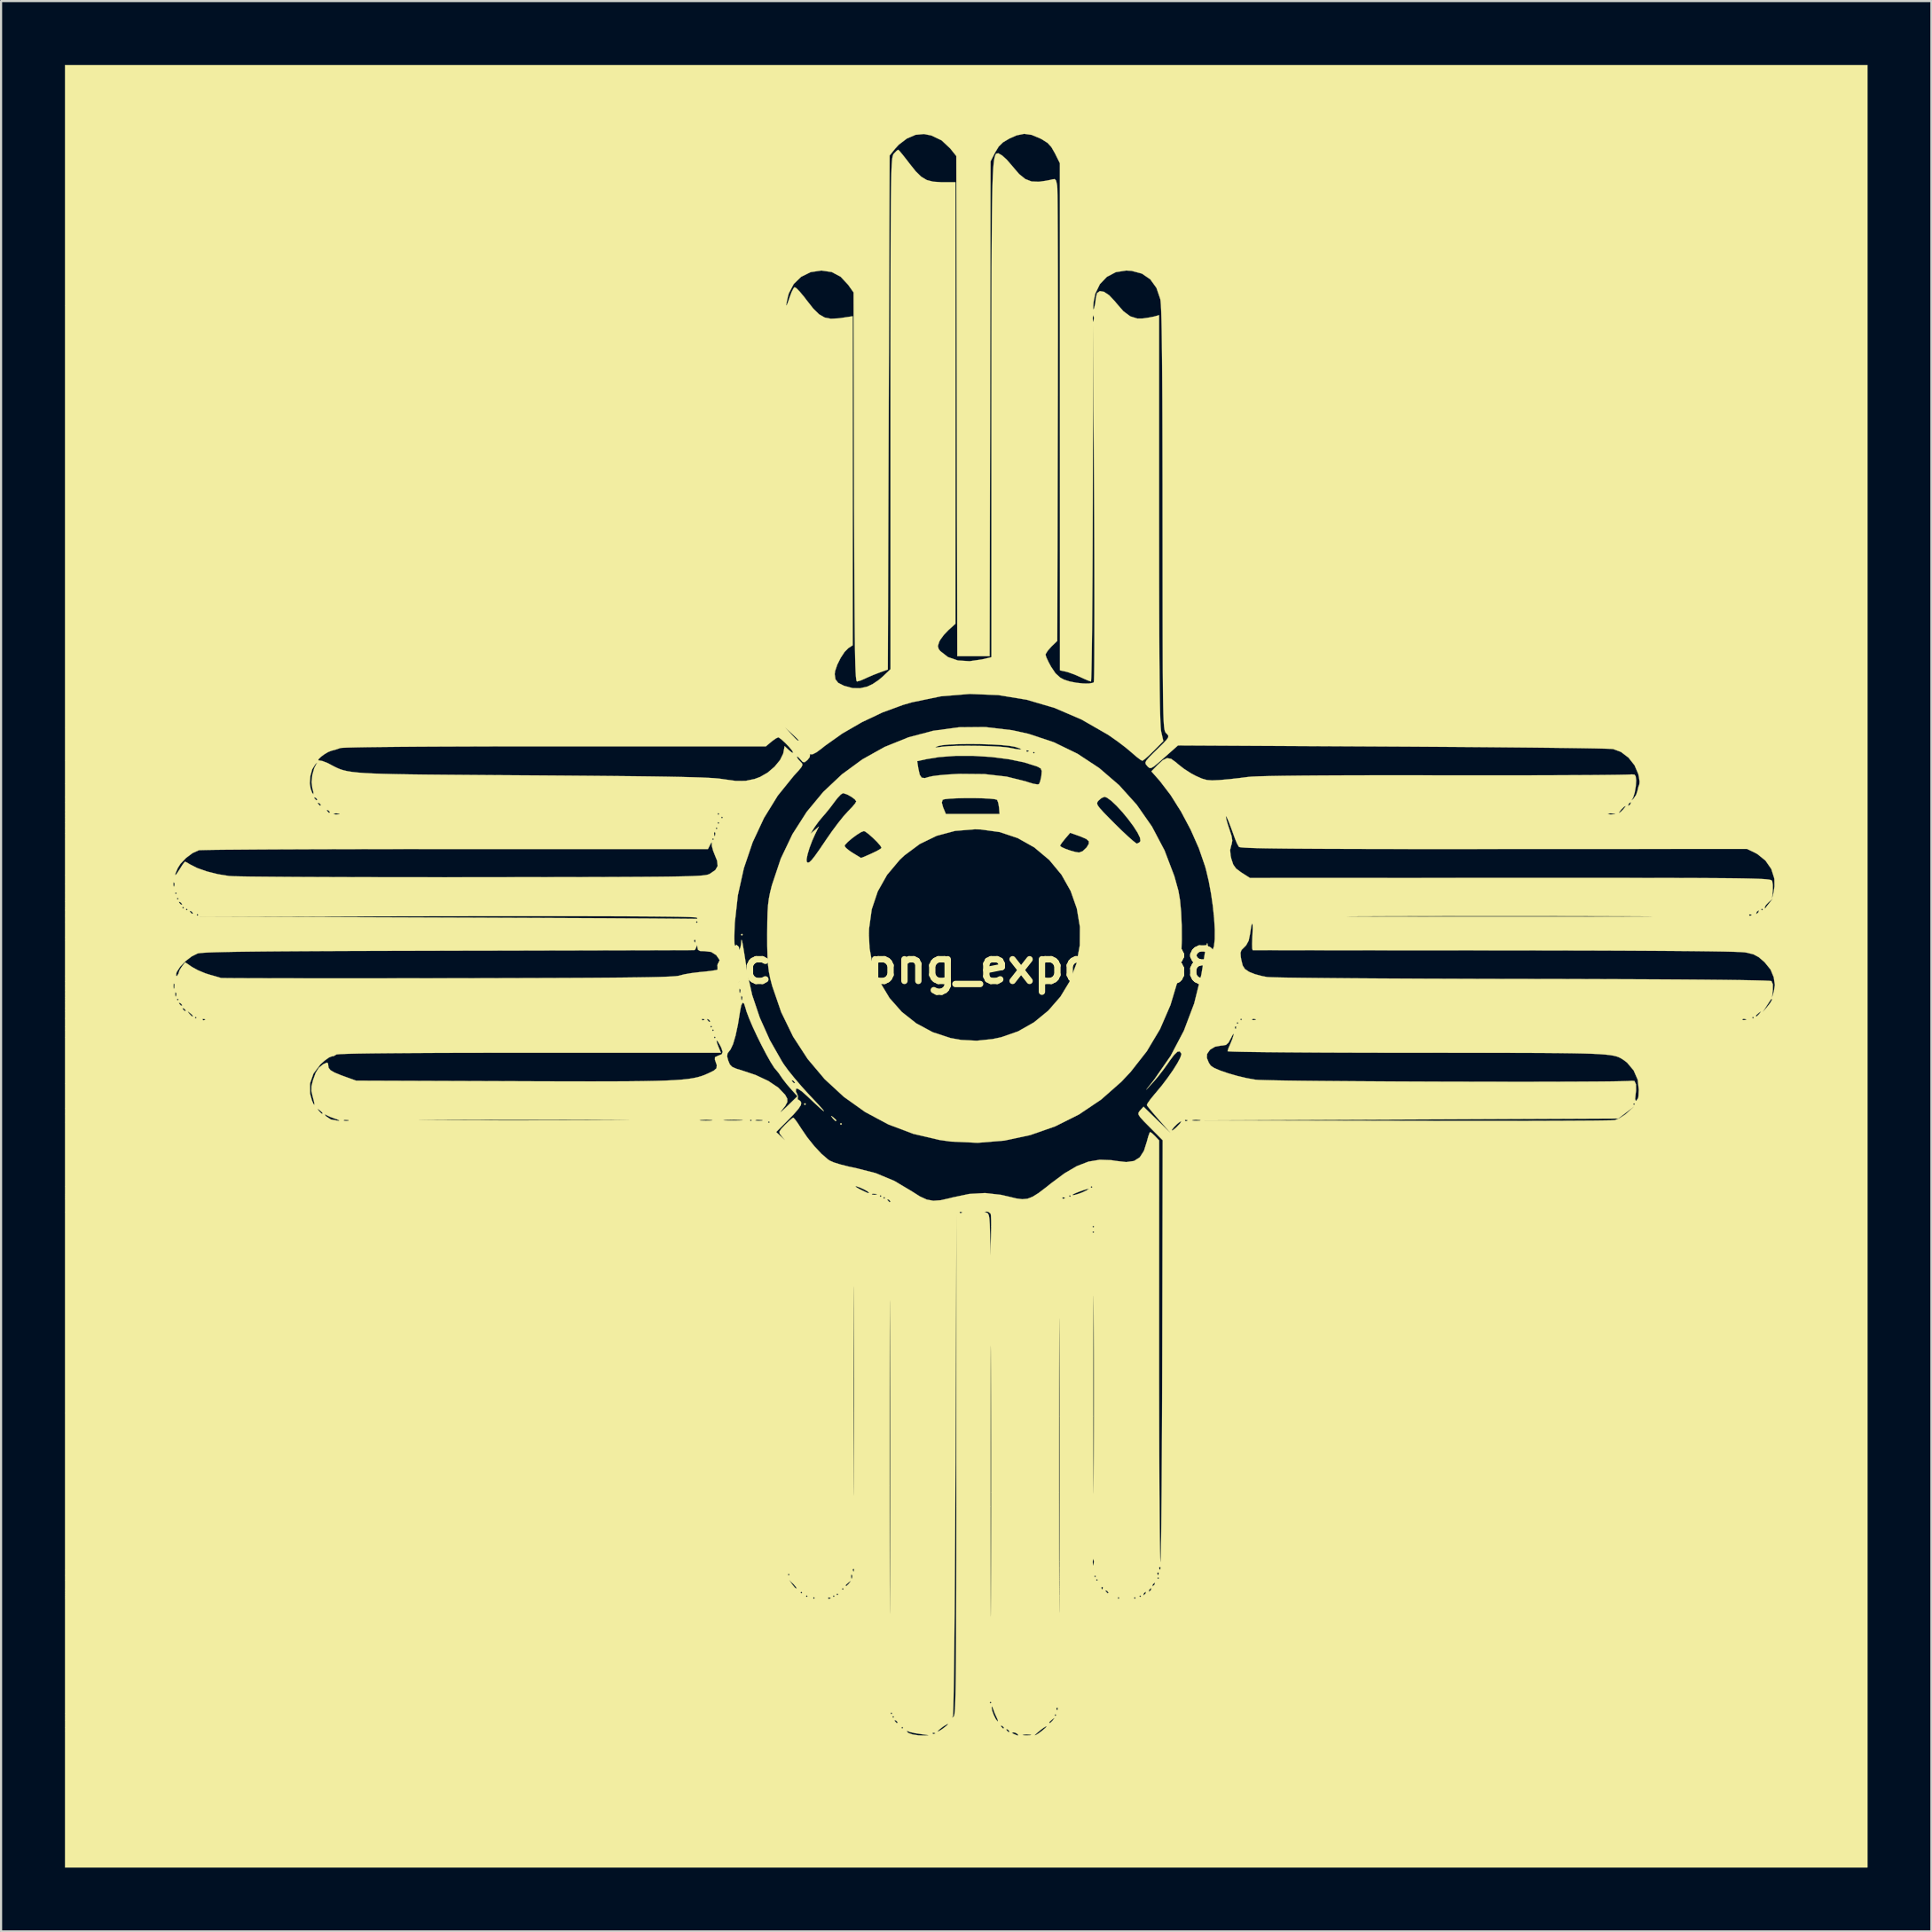
<source format=kicad_pcb>
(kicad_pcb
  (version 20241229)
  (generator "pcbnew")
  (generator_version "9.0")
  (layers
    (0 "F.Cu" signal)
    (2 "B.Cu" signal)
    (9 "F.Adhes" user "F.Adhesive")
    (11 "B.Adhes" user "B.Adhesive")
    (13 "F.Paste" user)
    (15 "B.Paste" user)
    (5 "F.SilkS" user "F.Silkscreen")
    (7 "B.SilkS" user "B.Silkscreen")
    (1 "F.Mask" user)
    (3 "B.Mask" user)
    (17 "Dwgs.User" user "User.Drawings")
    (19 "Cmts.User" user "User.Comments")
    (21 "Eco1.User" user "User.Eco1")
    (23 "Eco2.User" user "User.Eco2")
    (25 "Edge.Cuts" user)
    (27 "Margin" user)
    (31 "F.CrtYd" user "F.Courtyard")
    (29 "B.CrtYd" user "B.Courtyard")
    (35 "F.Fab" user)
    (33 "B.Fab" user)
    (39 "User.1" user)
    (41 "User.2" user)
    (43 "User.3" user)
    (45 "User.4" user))
  (footprint "dczia_png_export_88"
    (layer "F.Cu")
    (at 42.338 42.338)
    (property "Reference" "dczia_png_export_88" (at 0 0 0) (layer "F.SilkS") (effects (font (size 1.524 1.524) (thickness 0.3))))
    (attr through_hole)
    (fp_poly (pts (xy -10.499 -1.482) (xy -10.541 -1.439) (xy -10.583 -1.482) (xy -10.541 -1.524) (xy -10.499 -1.482)) (stroke (width 0.01) (type solid)) (fill yes) (layer "F.SilkS"))
    (fp_poly (pts (xy -7.535 6.477) (xy -7.578 6.519) (xy -7.62 6.477) (xy -7.578 6.435) (xy -7.535 6.477)) (stroke (width 0.01) (type solid)) (fill yes) (layer "F.SilkS"))
    (fp_poly (pts (xy -5.842 7.408) (xy -5.884 7.451) (xy -5.927 7.408) (xy -5.884 7.366) (xy -5.842 7.408)) (stroke (width 0.01) (type solid)) (fill yes) (layer "F.SilkS"))
    (fp_poly (pts (xy -6.306 7.054) (xy -6.244 7.101) (xy -6.127 7.206) (xy -6.096 7.249) (xy -6.137 7.275) (xy -6.25 7.166) (xy -6.276 7.133) (xy -6.349 7.033) (xy -6.306 7.054)) (stroke (width 0.01) (type solid)) (fill yes) (layer "F.SilkS"))
    (fp_poly (pts (xy 2.154 -11.087) (xy 2.925 -10.917) (xy 4.111 -10.523) (xy 5.222 -9.984) (xy 6.248 -9.308) (xy 7.18 -8.506) (xy 8.008 -7.587) (xy 8.723 -6.563) (xy 9.315 -5.441) (xy 9.775 -4.234) (xy 9.966 -3.548) (xy 10.042 -3.108) (xy 10.094 -2.546) (xy 10.122 -1.91) (xy 10.125 -1.244) (xy 10.105 -0.594) (xy 10.06 -0.008) (xy 9.991 0.47) (xy 9.967 0.579) (xy 9.594 1.822) (xy 9.103 2.955) (xy 8.481 3.996) (xy 7.72 4.966) (xy 7.286 5.427) (xy 6.336 6.264) (xy 5.296 6.963) (xy 4.181 7.521) (xy 3.006 7.932) (xy 1.786 8.192) (xy 0.537 8.294) (xy -0.726 8.236) (xy -1.259 8.161) (xy -2.491 7.872) (xy -3.656 7.432) (xy -4.744 6.851) (xy -5.745 6.139) (xy -6.65 5.304) (xy -7.449 4.356) (xy -8.133 3.304) (xy -8.691 2.157) (xy -9.115 0.924) (xy -9.205 0.579) (xy -9.266 0.28) (xy -9.309 -0.052) (xy -9.335 -0.451) (xy -9.348 -0.953) (xy -9.349 -1.482) (xy -4.572 -1.482) (xy -4.542 -0.848) (xy -4.442 -0.282) (xy -4.254 0.286) (xy -4.049 0.751) (xy -3.601 1.497) (xy -3.026 2.147) (xy -2.343 2.686) (xy -1.572 3.1) (xy -0.735 3.374) (xy -0.239 3.462) (xy 0.493 3.499) (xy 1.234 3.422) (xy 1.641 3.336) (xy 2.436 3.059) (xy 3.183 2.635) (xy 3.854 2.086) (xy 4.425 1.431) (xy 4.859 0.716) (xy 5.175 -0.116) (xy 5.334 -0.978) (xy 5.34 -1.85) (xy 5.196 -2.709) (xy 4.906 -3.533) (xy 4.474 -4.3) (xy 3.903 -4.989) (xy 3.896 -4.996) (xy 3.194 -5.584) (xy 3.061 -5.659) (xy 4.406 -5.659) (xy 4.476 -5.598) (xy 4.656 -5.516) (xy 4.891 -5.433) (xy 5.126 -5.368) (xy 5.297 -5.341) (xy 5.469 -5.403) (xy 5.646 -5.57) (xy 5.654 -5.58) (xy 5.756 -5.749) (xy 5.757 -5.873) (xy 5.638 -5.979) (xy 5.379 -6.091) (xy 5.249 -6.138) (xy 4.883 -6.268) (xy 4.646 -5.991) (xy 4.5 -5.809) (xy 4.415 -5.682) (xy 4.406 -5.659) (xy 3.061 -5.659) (xy 2.418 -6.02) (xy 1.575 -6.302) (xy 0.669 -6.427) (xy 0.406 -6.433) (xy -0.525 -6.358) (xy -1.388 -6.127) (xy -2.182 -5.742) (xy -2.907 -5.203) (xy -3.13 -4.992) (xy -3.72 -4.289) (xy -4.157 -3.515) (xy -4.439 -2.672) (xy -4.565 -1.765) (xy -4.572 -1.482) (xy -9.349 -1.482) (xy -9.349 -1.524) (xy -9.344 -2.091) (xy -9.332 -2.529) (xy -9.309 -2.877) (xy -9.271 -3.175) (xy -9.214 -3.462) (xy -9.135 -3.78) (xy -9.125 -3.816) (xy -8.723 -5.018) (xy -7.5 -5.018) (xy -7.492 -4.908) (xy -7.441 -4.865) (xy -7.369 -4.886) (xy -7.261 -4.988) (xy -7.104 -5.187) (xy -6.884 -5.497) (xy -6.78 -5.65) (xy -5.715 -5.65) (xy -5.648 -5.557) (xy -5.477 -5.419) (xy -5.334 -5.325) (xy -5.119 -5.194) (xy -4.976 -5.107) (xy -4.942 -5.087) (xy -4.866 -5.114) (xy -4.678 -5.193) (xy -4.456 -5.291) (xy -4.206 -5.41) (xy -4.033 -5.51) (xy -3.979 -5.563) (xy -4.038 -5.667) (xy -4.187 -5.837) (xy -4.383 -6.03) (xy -4.582 -6.206) (xy -4.742 -6.324) (xy -4.806 -6.35) (xy -4.938 -6.3) (xy -5.139 -6.175) (xy -5.362 -6.01) (xy -5.561 -5.841) (xy -5.69 -5.703) (xy -5.715 -5.65) (xy -6.78 -5.65) (xy -6.588 -5.934) (xy -6.575 -5.954) (xy -6.301 -6.347) (xy -6.018 -6.727) (xy -5.76 -7.049) (xy -5.559 -7.272) (xy -5.553 -7.278) (xy -5.352 -7.486) (xy -5.212 -7.656) (xy -5.195 -7.688) (xy -1.148 -7.688) (xy -1.086 -7.462) (xy -1.077 -7.441) (xy -0.957 -7.154) (xy 1.566 -7.154) (xy 1.542 -7.449) (xy 1.51 -7.647) (xy 6.145 -7.647) (xy 6.177 -7.557) (xy 6.274 -7.425) (xy 6.451 -7.23) (xy 6.723 -6.952) (xy 6.988 -6.685) (xy 7.314 -6.365) (xy 7.605 -6.093) (xy 7.836 -5.889) (xy 7.985 -5.775) (xy 8.023 -5.757) (xy 8.147 -5.826) (xy 8.182 -5.885) (xy 8.163 -6.038) (xy 8.046 -6.279) (xy 7.853 -6.578) (xy 7.61 -6.906) (xy 7.34 -7.234) (xy 7.067 -7.532) (xy 6.815 -7.771) (xy 6.607 -7.921) (xy 6.495 -7.959) (xy 6.354 -7.9) (xy 6.22 -7.786) (xy 6.164 -7.717) (xy 6.145 -7.647) (xy 1.51 -7.647) (xy 1.507 -7.669) (xy 1.452 -7.809) (xy 1.446 -7.817) (xy 1.331 -7.849) (xy 1.085 -7.874) (xy 0.746 -7.89) (xy 0.352 -7.898) (xy -0.059 -7.897) (xy -0.448 -7.889) (xy -0.779 -7.872) (xy -1.012 -7.847) (xy -1.106 -7.818) (xy -1.148 -7.688) (xy -5.195 -7.688) (xy -5.165 -7.743) (xy -5.234 -7.84) (xy -5.398 -7.961) (xy -5.596 -8.069) (xy -5.766 -8.126) (xy -5.792 -8.128) (xy -5.895 -8.064) (xy -6.051 -7.897) (xy -6.183 -7.726) (xy -6.394 -7.444) (xy -6.615 -7.172) (xy -6.719 -7.054) (xy -6.928 -6.805) (xy -7.118 -6.542) (xy -7.142 -6.504) (xy -7.315 -6.223) (xy -7.118 -6.392) (xy -6.92 -6.562) (xy -7.089 -6.223) (xy -7.236 -5.896) (xy -7.363 -5.558) (xy -7.455 -5.251) (xy -7.5 -5.018) (xy -8.723 -5.018) (xy -8.71 -5.056) (xy -8.163 -6.203) (xy -7.494 -7.249) (xy -6.715 -8.189) (xy -5.837 -9.015) (xy -4.992 -9.634) (xy -2.305 -9.634) (xy -2.249 -9.283) (xy -2.185 -8.997) (xy -2.093 -8.856) (xy -1.941 -8.837) (xy -1.763 -8.89) (xy -1.576 -8.931) (xy -1.259 -8.972) (xy -0.855 -9.007) (xy -0.403 -9.032) (xy -0.296 -9.036) (xy 0.865 -9.025) (xy 1.897 -8.907) (xy 2.8 -8.682) (xy 2.899 -8.648) (xy 3.155 -8.571) (xy 3.347 -8.541) (xy 3.415 -8.553) (xy 3.47 -8.671) (xy 3.52 -8.886) (xy 3.53 -8.95) (xy 3.547 -9.172) (xy 3.5 -9.291) (xy 3.36 -9.371) (xy 3.332 -9.382) (xy 2.72 -9.577) (xy 1.987 -9.727) (xy 1.177 -9.83) (xy 0.335 -9.883) (xy -0.495 -9.883) (xy -1.27 -9.826) (xy -1.851 -9.732) (xy -2.305 -9.634) (xy -4.992 -9.634) (xy -4.871 -9.722) (xy -4.313 -10.033) (xy 3.133 -10.033) (xy 3.175 -9.991) (xy 3.217 -10.033) (xy 3.175 -10.075) (xy 3.133 -10.033) (xy -4.313 -10.033) (xy -4.136 -10.132) (xy 2.822 -10.132) (xy 2.834 -10.081) (xy 2.879 -10.075) (xy 2.948 -10.106) (xy 2.935 -10.132) (xy 2.835 -10.142) (xy 2.822 -10.132) (xy -4.136 -10.132) (xy -3.846 -10.293) (xy -1.439 -10.293) (xy -1.434 -10.276) (xy -1.283 -10.29) (xy -1.143 -10.309) (xy -0.839 -10.336) (xy -0.423 -10.351) (xy 0.064 -10.356) (xy 0.579 -10.351) (xy 1.08 -10.338) (xy 1.525 -10.316) (xy 1.872 -10.286) (xy 2.032 -10.261) (xy 2.337 -10.203) (xy 2.528 -10.181) (xy 2.591 -10.192) (xy 2.515 -10.235) (xy 2.286 -10.307) (xy 2.024 -10.354) (xy 1.642 -10.392) (xy 1.176 -10.419) (xy 0.664 -10.435) (xy 0.142 -10.44) (xy -0.354 -10.433) (xy -0.788 -10.415) (xy -1.123 -10.384) (xy -1.312 -10.344) (xy -1.439 -10.293) (xy -3.846 -10.293) (xy -3.828 -10.303) (xy -2.719 -10.751) (xy -1.555 -11.06) (xy -0.348 -11.224) (xy 0.892 -11.235) (xy 2.154 -11.087)) (stroke (width 0.01) (type solid)) (fill yes) (layer "F.SilkS"))
    (fp_poly (pts (xy 42.333 42.333) (xy -42.333 42.333) (xy -42.333 35.939) (xy -2.794 35.939) (xy -2.717 36.018) (xy -2.519 36.086) (xy -2.248 36.128) (xy -2.032 36.136) (xy -1.825 36.132) (xy -1.762 36.124) (xy -1.851 36.106) (xy -2.099 36.073) (xy -2.126 36.069) (xy -2.405 36.026) (xy -2.467 36.012) (xy -1.58 36.012) (xy -1.569 36.062) (xy -1.524 36.068) (xy -1.454 36.037) (xy -1.468 36.012) (xy -1.534 36.005) (xy 2.135 36.005) (xy 2.205 36.051) (xy 2.244 36.068) (xy 2.404 36.134) (xy 2.446 36.132) (xy 2.438 36.115) (xy 2.642 36.115) (xy 2.744 36.129) (xy 2.836 36.131) (xy 2.968 36.126) (xy 3.217 36.126) (xy 3.273 36.114) (xy 3.408 36.028) (xy 3.571 35.906) (xy 3.714 35.783) (xy 3.78 35.71) (xy 3.757 35.698) (xy 3.633 35.775) (xy 3.528 35.851) (xy 3.344 35.999) (xy 3.232 36.103) (xy 3.217 36.126) (xy 2.968 36.126) (xy 3.011 36.124) (xy 3.056 36.105) (xy 3.028 36.094) (xy 2.824 36.079) (xy 2.689 36.093) (xy 2.642 36.115) (xy 2.438 36.115) (xy 2.413 36.068) (xy 2.293 35.997) (xy 2.218 35.989) (xy 2.135 36.005) (xy -1.534 36.005) (xy -1.568 36.001) (xy -1.58 36.012) (xy -2.467 36.012) (xy -2.619 35.977) (xy -2.686 35.953) (xy -1.355 35.953) (xy -1.295 35.937) (xy -1.146 35.846) (xy -1.135 35.838) (xy 1.876 35.838) (xy 1.897 35.886) (xy 1.982 35.976) (xy 2.031 35.958) (xy 2.032 35.946) (xy 1.972 35.874) (xy 1.934 35.848) (xy 1.876 35.838) (xy -1.135 35.838) (xy -1.101 35.814) (xy -0.935 35.686) (xy -0.918 35.669) (xy 1.622 35.669) (xy 1.643 35.716) (xy 1.728 35.807) (xy 1.777 35.788) (xy 1.778 35.777) (xy 1.718 35.705) (xy 1.68 35.679) (xy 1.622 35.669) (xy -0.918 35.669) (xy -0.85 35.599) (xy -0.847 35.591) (xy -0.907 35.606) (xy -1.055 35.698) (xy -1.101 35.729) (xy -1.266 35.858) (xy -1.352 35.944) (xy -1.355 35.953) (xy -2.686 35.953) (xy -2.697 35.948) (xy -2.785 35.923) (xy -2.794 35.939) (xy -42.333 35.939) (xy -42.333 35.772) (xy -3.048 35.772) (xy -3.006 35.814) (xy -2.963 35.772) (xy -3.006 35.729) (xy -3.048 35.772) (xy -42.333 35.772) (xy -42.333 35.415) (xy -3.373 35.415) (xy -3.352 35.462) (xy -3.267 35.553) (xy -3.218 35.534) (xy -3.218 35.528) (xy 3.895 35.528) (xy 3.936 35.553) (xy 4.048 35.445) (xy 4.075 35.412) (xy 4.148 35.312) (xy 4.104 35.333) (xy 4.043 35.38) (xy 3.926 35.484) (xy 3.895 35.528) (xy -3.218 35.528) (xy -3.217 35.523) (xy -3.277 35.451) (xy -3.315 35.425) (xy -3.373 35.415) (xy -42.333 35.415) (xy -42.333 35.264) (xy -3.471 35.264) (xy -3.429 35.306) (xy -3.426 35.303) (xy -0.667 35.303) (xy -0.604 35.257) (xy -0.584 35.238) (xy -0.567 35.203) (xy -0.552 35.123) (xy -0.538 34.992) (xy -0.527 34.823) (xy 1.193 34.823) (xy 1.22 34.978) (xy 1.295 35.179) (xy 1.388 35.365) (xy 1.47 35.469) (xy 1.487 35.475) (xy 1.485 35.413) (xy 1.431 35.29) (xy 1.381 35.179) (xy 4.149 35.179) (xy 4.191 35.221) (xy 4.233 35.179) (xy 4.191 35.137) (xy 4.149 35.179) (xy 1.381 35.179) (xy 1.325 35.056) (xy 1.266 34.888) (xy 1.264 34.883) (xy 4.233 34.883) (xy 4.264 34.952) (xy 4.29 34.939) (xy 4.3 34.839) (xy 4.29 34.826) (xy 4.239 34.838) (xy 4.233 34.883) (xy 1.264 34.883) (xy 1.216 34.765) (xy 1.193 34.81) (xy 1.193 34.823) (xy -0.527 34.823) (xy -0.526 34.801) (xy -0.517 34.586) (xy 1.101 34.586) (xy 1.143 34.629) (xy 1.185 34.586) (xy 1.143 34.544) (xy 1.101 34.586) (xy -0.517 34.586) (xy -0.515 34.543) (xy -0.505 34.209) (xy -0.497 33.792) (xy -0.49 33.285) (xy -0.484 32.678) (xy -0.479 31.965) (xy -0.474 31.137) (xy -0.471 30.187) (xy -0.468 29.106) (xy -0.466 27.888) (xy -0.465 26.523) (xy -0.464 25.004) (xy -0.464 24.172) (xy 1.142 24.172) (xy 1.142 25.377) (xy 1.142 26.467) (xy 1.143 27.439) (xy 1.144 28.288) (xy 1.145 29.01) (xy 1.147 29.6) (xy 1.149 30.054) (xy 1.151 30.367) (xy 1.153 30.535) (xy 1.155 30.554) (xy 1.158 30.419) (xy 1.16 30.126) (xy 1.163 29.67) (xy 1.164 29.365) (xy 1.168 28.232) (xy 1.171 26.973) (xy 1.173 25.627) (xy 1.173 24.237) (xy 1.173 23.453) (xy 4.359 23.453) (xy 4.359 24.71) (xy 4.36 25.853) (xy 4.36 26.877) (xy 4.361 27.779) (xy 4.363 28.554) (xy 4.364 29.198) (xy 4.366 29.707) (xy 4.367 30.076) (xy 4.369 30.301) (xy 4.372 30.378) (xy 4.374 30.304) (xy 4.376 30.073) (xy 4.379 29.681) (xy 4.379 29.676) (xy 7.112 29.676) (xy 7.154 29.718) (xy 7.197 29.676) (xy 7.874 29.676) (xy 7.916 29.718) (xy 7.959 29.676) (xy 7.916 29.633) (xy 7.874 29.676) (xy 7.197 29.676) (xy 7.154 29.633) (xy 7.112 29.676) (xy 4.379 29.676) (xy 4.379 29.591) (xy 8.128 29.591) (xy 8.17 29.633) (xy 8.213 29.591) (xy 8.17 29.549) (xy 8.128 29.591) (xy 4.379 29.591) (xy 4.379 29.543) (xy 8.318 29.543) (xy 8.33 29.549) (xy 8.407 29.489) (xy 8.424 29.464) (xy 8.446 29.385) (xy 8.434 29.379) (xy 8.357 29.439) (xy 8.34 29.464) (xy 8.318 29.543) (xy 4.379 29.543) (xy 4.38 29.319) (xy 6.533 29.319) (xy 6.554 29.366) (xy 6.639 29.457) (xy 6.688 29.438) (xy 6.689 29.427) (xy 6.644 29.374) (xy 8.572 29.374) (xy 8.584 29.379) (xy 8.661 29.32) (xy 8.678 29.295) (xy 8.7 29.216) (xy 8.688 29.21) (xy 8.611 29.27) (xy 8.594 29.295) (xy 8.572 29.374) (xy 6.644 29.374) (xy 6.629 29.355) (xy 6.591 29.329) (xy 6.533 29.319) (xy 4.38 29.319) (xy 4.381 29.21) (xy 6.35 29.21) (xy 6.381 29.28) (xy 6.406 29.266) (xy 6.417 29.166) (xy 6.406 29.154) (xy 6.356 29.165) (xy 6.35 29.21) (xy 4.381 29.21) (xy 4.381 29.125) (xy 4.381 29.12) (xy 8.741 29.12) (xy 8.753 29.125) (xy 8.83 29.066) (xy 8.848 29.041) (xy 8.869 28.962) (xy 8.858 28.956) (xy 8.78 29.016) (xy 8.763 29.041) (xy 8.741 29.12) (xy 4.381 29.12) (xy 4.381 29.062) (xy 4.382 28.829) (xy 6.096 28.829) (xy 6.138 28.871) (xy 6.181 28.829) (xy 6.138 28.787) (xy 6.096 28.829) (xy 4.382 28.829) (xy 4.383 28.744) (xy 8.975 28.744) (xy 9.017 28.787) (xy 9.059 28.744) (xy 9.017 28.702) (xy 8.975 28.744) (xy 4.383 28.744) (xy 4.383 28.66) (xy 6.011 28.66) (xy 6.054 28.702) (xy 6.096 28.66) (xy 6.054 28.617) (xy 6.011 28.66) (xy 4.383 28.66) (xy 4.383 28.533) (xy 8.975 28.533) (xy 9.006 28.602) (xy 9.031 28.589) (xy 9.041 28.489) (xy 9.031 28.476) (xy 8.981 28.488) (xy 8.975 28.533) (xy 4.383 28.533) (xy 4.384 28.279) (xy 9.059 28.279) (xy 9.09 28.348) (xy 9.116 28.335) (xy 9.126 28.235) (xy 9.116 28.222) (xy 9.065 28.234) (xy 9.059 28.279) (xy 4.384 28.279) (xy 4.385 27.982) (xy 5.943 27.982) (xy 5.952 28.127) (xy 5.979 28.14) (xy 5.982 28.132) (xy 5.999 27.964) (xy 5.985 27.878) (xy 5.958 27.844) (xy 5.944 27.956) (xy 5.943 27.982) (xy 4.385 27.982) (xy 4.385 27.874) (xy 4.388 26.558) (xy 4.39 25.154) (xy 4.391 23.702) (xy 4.39 22.243) (xy 4.389 20.818) (xy 4.388 20.108) (xy 5.967 20.108) (xy 5.967 21.129) (xy 5.968 22.035) (xy 5.969 22.821) (xy 5.971 23.482) (xy 5.972 24.013) (xy 5.974 24.408) (xy 5.977 24.663) (xy 5.979 24.772) (xy 5.982 24.73) (xy 5.985 24.532) (xy 5.988 24.172) (xy 5.99 23.904) (xy 5.995 22.929) (xy 5.998 21.835) (xy 5.999 20.668) (xy 5.999 19.478) (xy 5.998 18.313) (xy 5.994 17.223) (xy 5.99 16.368) (xy 5.987 15.91) (xy 5.984 15.617) (xy 5.981 15.482) (xy 5.978 15.502) (xy 5.976 15.67) (xy 5.973 15.982) (xy 5.972 16.434) (xy 5.97 17.019) (xy 5.969 17.732) (xy 5.968 18.569) (xy 5.967 19.525) (xy 5.967 20.108) (xy 4.388 20.108) (xy 4.386 19.467) (xy 4.383 18.231) (xy 4.381 17.843) (xy 4.379 17.271) (xy 4.376 16.864) (xy 4.374 16.617) (xy 4.372 16.527) (xy 4.37 16.59) (xy 4.368 16.801) (xy 4.366 17.156) (xy 4.364 17.652) (xy 4.363 18.282) (xy 4.361 19.045) (xy 4.36 19.934) (xy 4.36 20.947) (xy 4.359 22.078) (xy 4.359 23.325) (xy 4.359 23.453) (xy 1.173 23.453) (xy 1.173 22.845) (xy 1.171 21.493) (xy 1.168 20.222) (xy 1.164 19.075) (xy 1.164 19.035) (xy 1.161 18.486) (xy 1.159 18.102) (xy 1.156 17.878) (xy 1.154 17.811) (xy 1.152 17.896) (xy 1.15 18.128) (xy 1.148 18.503) (xy 1.146 19.017) (xy 1.145 19.666) (xy 1.144 20.445) (xy 1.143 21.349) (xy 1.142 22.376) (xy 1.142 23.519) (xy 1.142 24.172) (xy -0.464 24.172) (xy -0.464 23.385) (xy -0.462 11.642) (xy -0.506 23.368) (xy -0.512 24.84) (xy -0.519 26.251) (xy -0.527 27.591) (xy -0.535 28.852) (xy -0.544 30.025) (xy -0.553 31.102) (xy -0.563 32.073) (xy -0.572 32.931) (xy -0.582 33.666) (xy -0.593 34.27) (xy -0.603 34.733) (xy -0.613 35.048) (xy -0.623 35.205) (xy -0.626 35.221) (xy -0.667 35.303) (xy -3.426 35.303) (xy -3.387 35.264) (xy -3.429 35.221) (xy -3.471 35.264) (xy -42.333 35.264) (xy -42.333 35.094) (xy -3.556 35.094) (xy -3.514 35.137) (xy -3.471 35.094) (xy -3.514 35.052) (xy -3.556 35.094) (xy -42.333 35.094) (xy -42.333 29.676) (xy -7.197 29.676) (xy -7.154 29.718) (xy -7.112 29.676) (xy -7.126 29.662) (xy -6.491 29.662) (xy -6.479 29.712) (xy -6.435 29.718) (xy -6.365 29.687) (xy -6.378 29.662) (xy -6.479 29.651) (xy -6.491 29.662) (xy -7.126 29.662) (xy -7.154 29.633) (xy -7.197 29.676) (xy -42.333 29.676) (xy -42.333 29.591) (xy -7.535 29.591) (xy -7.493 29.633) (xy -7.451 29.591) (xy -6.265 29.591) (xy -6.223 29.633) (xy -6.181 29.591) (xy -6.223 29.549) (xy -6.265 29.591) (xy -7.451 29.591) (xy -7.493 29.549) (xy -7.535 29.591) (xy -42.333 29.591) (xy -42.333 29.506) (xy -6.096 29.506) (xy -6.054 29.549) (xy -6.011 29.506) (xy -6.054 29.464) (xy -6.096 29.506) (xy -42.333 29.506) (xy -42.333 29.422) (xy -7.789 29.422) (xy -7.747 29.464) (xy -7.705 29.422) (xy -7.747 29.379) (xy -7.789 29.422) (xy -42.333 29.422) (xy -42.333 29.252) (xy -5.842 29.252) (xy -5.8 29.295) (xy -5.757 29.252) (xy -5.8 29.21) (xy -5.842 29.252) (xy -42.333 29.252) (xy -42.333 28.829) (xy -8.322 28.829) (xy -8.161 29.054) (xy -8.042 29.196) (xy -7.967 29.244) (xy -7.963 29.242) (xy -7.991 29.166) (xy -8.055 29.093) (xy -5.673 29.093) (xy -5.631 29.119) (xy -5.519 29.01) (xy -5.493 28.977) (xy -5.419 28.877) (xy -5.463 28.898) (xy -5.524 28.945) (xy -5.642 29.05) (xy -5.673 29.093) (xy -8.055 29.093) (xy -8.11 29.03) (xy -8.124 29.017) (xy -8.322 28.829) (xy -42.333 28.829) (xy -42.333 28.653) (xy -5.412 28.653) (xy -5.396 28.762) (xy -5.368 28.764) (xy -5.347 28.65) (xy -5.361 28.601) (xy -5.398 28.569) (xy -5.412 28.653) (xy -42.333 28.653) (xy -42.333 28.575) (xy -8.382 28.575) (xy -8.34 28.617) (xy -8.297 28.575) (xy -8.34 28.533) (xy -8.382 28.575) (xy -42.333 28.575) (xy -42.333 28.363) (xy -5.334 28.363) (xy -5.303 28.433) (xy -5.278 28.42) (xy -5.267 28.319) (xy -5.278 28.307) (xy -5.328 28.319) (xy -5.334 28.363) (xy -42.333 28.363) (xy -42.333 19.939) (xy -5.293 19.939) (xy -5.293 20.99) (xy -5.293 21.926) (xy -5.292 22.742) (xy -5.29 23.434) (xy -5.289 23.995) (xy -5.287 24.423) (xy -5.284 24.71) (xy -5.282 24.852) (xy -5.279 24.845) (xy -5.276 24.683) (xy -5.273 24.36) (xy -5.271 23.946) (xy -5.267 23.072) (xy -3.599 23.072) (xy -3.599 24.37) (xy -3.599 25.554) (xy -3.598 26.619) (xy -3.597 27.562) (xy -3.596 28.378) (xy -3.595 29.064) (xy -3.593 29.615) (xy -3.592 30.027) (xy -3.59 30.296) (xy -3.588 30.419) (xy -3.586 30.39) (xy -3.583 30.207) (xy -3.581 29.865) (xy -3.579 29.359) (xy -3.577 29.013) (xy -3.573 27.79) (xy -3.571 26.439) (xy -3.569 25) (xy -3.568 23.51) (xy -3.568 22.009) (xy -3.569 20.536) (xy -3.572 19.129) (xy -3.575 17.829) (xy -3.577 17.075) (xy -3.58 16.485) (xy -3.582 16.06) (xy -3.584 15.796) (xy -3.587 15.689) (xy -3.589 15.735) (xy -3.591 15.93) (xy -3.592 16.27) (xy -3.594 16.75) (xy -3.596 17.367) (xy -3.597 18.116) (xy -3.598 18.994) (xy -3.599 19.996) (xy -3.599 21.118) (xy -3.599 22.357) (xy -3.599 23.072) (xy -5.267 23.072) (xy -5.266 22.946) (xy -5.263 21.824) (xy -5.261 20.628) (xy -5.261 19.405) (xy -5.263 18.202) (xy -5.266 17.067) (xy -5.27 16.047) (xy -5.271 15.987) (xy -5.274 15.514) (xy -5.277 15.206) (xy -5.279 15.057) (xy -5.282 15.063) (xy -5.285 15.218) (xy -5.287 15.517) (xy -5.289 15.957) (xy -5.29 16.531) (xy -5.292 17.234) (xy -5.293 18.063) (xy -5.293 19.011) (xy -5.293 19.939) (xy -42.333 19.939) (xy -42.333 11.543) (xy -0.31 11.543) (xy -0.299 11.593) (xy -0.254 11.599) (xy -0.184 11.568) (xy -0.198 11.543) (xy -0.26 11.537) (xy 0.85 11.537) (xy 0.911 11.562) (xy 0.953 11.573) (xy 1.017 11.609) (xy 1.061 11.697) (xy 1.089 11.865) (xy 1.107 12.143) (xy 1.118 12.559) (xy 1.119 12.6) (xy 1.137 13.589) (xy 1.164 12.663) (xy 1.167 12.488) (xy 5.927 12.488) (xy 5.969 12.531) (xy 6.011 12.488) (xy 5.969 12.446) (xy 5.927 12.488) (xy 1.167 12.488) (xy 1.171 12.276) (xy 1.171 12.234) (xy 5.927 12.234) (xy 5.969 12.277) (xy 6.011 12.234) (xy 5.969 12.192) (xy 5.927 12.234) (xy 1.171 12.234) (xy 1.17 11.946) (xy 1.161 11.714) (xy 1.149 11.626) (xy 1.039 11.536) (xy 0.955 11.524) (xy 0.85 11.537) (xy -0.26 11.537) (xy -0.298 11.533) (xy -0.31 11.543) (xy -42.333 11.543) (xy -42.333 10.946) (xy -3.712 10.946) (xy -3.691 10.994) (xy -3.606 11.084) (xy -3.557 11.066) (xy -3.556 11.054) (xy -3.616 10.982) (xy -3.654 10.956) (xy -3.712 10.946) (xy -42.333 10.946) (xy -42.333 10.88) (xy -3.895 10.88) (xy -3.852 10.922) (xy -3.81 10.88) (xy -3.852 10.837) (xy -3.895 10.88) (xy -42.333 10.88) (xy -42.333 10.795) (xy -4.064 10.795) (xy -4.022 10.837) (xy -3.979 10.795) (xy -4.022 10.753) (xy -4.064 10.795) (xy -42.333 10.795) (xy -42.333 10.727) (xy -4.434 10.727) (xy -4.318 10.739) (xy -4.198 10.726) (xy -4.212 10.697) (xy -4.386 10.685) (xy -4.424 10.697) (xy -4.434 10.727) (xy -42.333 10.727) (xy -42.333 10.332) (xy -5.199 10.332) (xy -5.188 10.365) (xy -5.056 10.446) (xy -4.953 10.499) (xy -4.728 10.607) (xy -4.615 10.655) (xy -4.576 10.656) (xy -4.572 10.632) (xy -4.641 10.571) (xy -4.804 10.481) (xy -4.997 10.393) (xy -5.156 10.338) (xy -5.199 10.332) (xy -42.333 10.332) (xy -42.333 7.324) (xy -9.313 7.324) (xy -9.271 7.366) (xy -9.229 7.324) (xy -9.271 7.281) (xy -9.313 7.324) (xy -42.333 7.324) (xy -42.333 6.947) (xy -30.139 6.947) (xy -30.102 7.01) (xy -30.072 7.048) (xy -29.849 7.196) (xy -29.503 7.26) (xy -29.464 7.261) (xy -29.461 7.256) (xy -29.242 7.256) (xy -29.125 7.268) (xy -29.005 7.255) (xy -29.019 7.227) (xy -25.718 7.227) (xy -25.716 7.229) (xy -25.563 7.232) (xy -25.266 7.234) (xy -24.829 7.236) (xy -24.257 7.238) (xy -23.556 7.239) (xy -22.729 7.24) (xy -21.782 7.241) (xy -20.786 7.241) (xy -19.729 7.24) (xy -18.787 7.24) (xy -17.965 7.239) (xy -17.267 7.238) (xy -17.182 7.237) (xy -12.535 7.237) (xy -12.454 7.25) (xy -12.238 7.255) (xy -12.234 7.255) (xy -12.009 7.251) (xy -11.91 7.238) (xy -11.926 7.232) (xy -11.421 7.232) (xy -11.365 7.243) (xy -11.171 7.25) (xy -10.964 7.251) (xy -10.677 7.248) (xy -10.513 7.24) (xy -10.51 7.239) (xy -10.16 7.239) (xy -10.118 7.281) (xy -10.084 7.248) (xy -9.911 7.248) (xy -9.794 7.261) (xy -9.737 7.262) (xy -9.583 7.253) (xy -9.564 7.231) (xy -9.588 7.223) (xy -9.803 7.21) (xy -9.885 7.223) (xy -9.911 7.248) (xy -10.084 7.248) (xy -10.075 7.239) (xy -10.118 7.197) (xy -10.16 7.239) (xy -10.51 7.239) (xy -10.489 7.229) (xy -10.56 7.219) (xy -10.879 7.206) (xy -11.233 7.213) (xy -11.322 7.219) (xy -11.421 7.232) (xy -11.926 7.232) (xy -11.958 7.221) (xy -12.215 7.206) (xy -12.466 7.22) (xy -12.535 7.237) (xy -17.182 7.237) (xy -16.699 7.236) (xy -16.266 7.234) (xy -15.972 7.232) (xy -15.823 7.229) (xy -15.824 7.227) (xy -15.979 7.224) (xy -16.294 7.221) (xy -16.736 7.218) (xy -17.741 7.213) (xy -18.868 7.21) (xy -20.071 7.209) (xy -21.3 7.209) (xy -22.511 7.21) (xy -23.655 7.213) (xy -24.685 7.217) (xy -24.78 7.218) (xy -25.255 7.221) (xy -25.567 7.224) (xy -25.718 7.227) (xy -29.019 7.227) (xy -29.02 7.225) (xy -29.193 7.214) (xy -29.231 7.225) (xy -29.242 7.256) (xy -29.461 7.256) (xy -29.45 7.241) (xy -29.57 7.188) (xy -29.633 7.167) (xy -29.868 7.08) (xy -30.045 6.997) (xy -30.057 6.99) (xy -30.139 6.947) (xy -42.333 6.947) (xy -42.333 6.689) (xy -30.474 6.689) (xy -30.453 6.733) (xy -30.406 6.795) (xy -30.283 6.926) (xy -30.227 6.926) (xy -30.226 6.911) (xy -30.284 6.84) (xy -30.374 6.763) (xy -30.474 6.689) (xy -42.333 6.689) (xy -42.333 5.503) (xy -30.825 5.503) (xy -30.821 5.993) (xy -30.732 6.313) (xy -30.655 6.486) (xy -30.62 6.511) (xy -30.628 6.402) (xy -30.685 6.175) (xy -30.696 6.139) (xy -30.76 5.867) (xy -30.757 5.637) (xy -30.686 5.356) (xy -30.558 5.004) (xy -30.413 4.773) (xy -30.22 4.615) (xy -30.163 4.583) (xy -30.022 4.525) (xy -29.975 4.577) (xy -29.972 4.643) (xy -29.949 4.775) (xy -29.861 4.884) (xy -29.678 4.992) (xy -29.374 5.117) (xy -29.21 5.177) (xy -28.66 5.375) (xy -21.294 5.401) (xy -19.918 5.406) (xy -18.701 5.409) (xy -17.631 5.41) (xy -16.697 5.409) (xy -15.889 5.405) (xy -15.196 5.397) (xy -14.606 5.386) (xy -14.108 5.37) (xy -13.692 5.35) (xy -13.346 5.325) (xy -13.06 5.294) (xy -12.823 5.257) (xy -12.623 5.214) (xy -12.45 5.164) (xy -12.292 5.107) (xy -12.14 5.041) (xy -12.119 5.032) (xy -11.858 4.904) (xy -11.731 4.792) (xy -11.716 4.649) (xy -11.791 4.43) (xy -11.806 4.392) (xy -11.803 4.274) (xy -11.739 4.243) (xy -11.231 4.243) (xy -11.178 4.438) (xy -11.104 4.615) (xy -10.994 4.728) (xy -10.8 4.814) (xy -10.598 4.874) (xy -9.891 5.11) (xy -9.293 5.391) (xy -8.824 5.706) (xy -8.508 6.038) (xy -8.408 6.218) (xy -8.404 6.377) (xy -8.506 6.566) (xy -8.651 6.749) (xy -8.726 6.848) (xy -8.689 6.832) (xy -8.547 6.705) (xy -8.424 6.588) (xy -7.929 6.107) (xy -8.234 5.77) (xy -8.443 5.525) (xy -8.571 5.358) (xy -8.199 5.358) (xy -8.178 5.406) (xy -8.093 5.496) (xy -8.044 5.478) (xy -8.043 5.466) (xy -8.103 5.394) (xy -8.141 5.368) (xy -8.199 5.358) (xy -8.571 5.358) (xy -8.627 5.286) (xy -8.691 5.193) (xy -8.811 5.017) (xy -8.895 4.914) (xy -8.898 4.911) (xy -9.018 4.768) (xy -9.187 4.502) (xy -9.388 4.144) (xy -9.606 3.728) (xy -9.825 3.286) (xy -10.028 2.85) (xy -10.198 2.452) (xy -10.321 2.126) (xy -10.37 1.956) (xy -10.436 1.751) (xy -10.504 1.711) (xy -10.569 1.835) (xy -10.621 2.095) (xy -10.724 2.733) (xy -10.836 3.259) (xy -10.953 3.656) (xy -11.07 3.907) (xy -11.105 3.952) (xy -11.214 4.096) (xy -11.231 4.243) (xy -11.739 4.243) (xy -11.653 4.201) (xy -11.647 4.2) (xy -11.486 4.135) (xy -11.441 4.027) (xy -11.503 3.835) (xy -11.559 3.721) (xy -11.675 3.524) (xy -11.73 3.483) (xy -11.713 3.592) (xy -11.647 3.768) (xy -11.523 4.064) (xy -20.531 4.064) (xy -22.153 4.065) (xy -23.619 4.067) (xy -24.928 4.071) (xy -26.078 4.077) (xy -27.068 4.084) (xy -27.897 4.092) (xy -28.563 4.102) (xy -29.065 4.114) (xy -29.401 4.127) (xy -29.57 4.142) (xy -29.591 4.149) (xy -29.711 4.221) (xy -29.801 4.233) (xy -29.941 4.29) (xy -30.146 4.439) (xy -30.339 4.613) (xy -30.663 5.04) (xy -30.825 5.503) (xy -42.333 5.503) (xy -42.333 3.344) (xy -11.853 3.344) (xy -11.811 3.387) (xy -11.769 3.344) (xy -11.811 3.302) (xy -11.853 3.344) (xy -42.333 3.344) (xy -42.333 3.006) (xy -11.938 3.006) (xy -11.896 3.048) (xy -11.853 3.006) (xy -11.896 2.963) (xy -11.938 3.006) (xy -42.333 3.006) (xy -42.333 2.836) (xy -12.023 2.836) (xy -11.98 2.879) (xy -11.938 2.836) (xy -11.98 2.794) (xy -12.023 2.836) (xy -42.333 2.836) (xy -42.333 2.484) (xy -35.87 2.484) (xy -35.859 2.534) (xy -35.814 2.54) (xy -35.744 2.509) (xy -35.758 2.484) (xy -12.418 2.484) (xy -12.406 2.534) (xy -12.361 2.54) (xy -12.292 2.509) (xy -12.305 2.484) (xy -12.344 2.48) (xy -12.178 2.48) (xy -12.158 2.527) (xy -12.073 2.618) (xy -12.023 2.599) (xy -12.023 2.587) (xy -12.083 2.516) (xy -12.12 2.49) (xy -12.178 2.48) (xy -12.344 2.48) (xy -12.405 2.473) (xy -12.418 2.484) (xy -35.758 2.484) (xy -35.858 2.473) (xy -35.87 2.484) (xy -42.333 2.484) (xy -42.333 2.413) (xy -36.237 2.413) (xy -36.195 2.455) (xy -36.153 2.413) (xy -36.195 2.371) (xy -36.237 2.413) (xy -42.333 2.413) (xy -42.333 2.117) (xy -36.57 2.117) (xy -36.549 2.161) (xy -36.502 2.223) (xy -36.379 2.354) (xy -36.323 2.354) (xy -36.322 2.339) (xy -36.38 2.268) (xy -36.47 2.191) (xy -36.57 2.117) (xy -42.333 2.117) (xy -42.333 1.972) (xy -36.816 1.972) (xy -36.796 2.019) (xy -36.711 2.11) (xy -36.661 2.091) (xy -36.661 2.079) (xy -36.721 2.008) (xy -36.758 1.982) (xy -36.816 1.972) (xy -42.333 1.972) (xy -42.333 1.718) (xy -36.986 1.718) (xy -36.965 1.765) (xy -36.88 1.856) (xy -36.831 1.837) (xy -36.83 1.825) (xy -36.89 1.754) (xy -36.928 1.728) (xy -36.986 1.718) (xy -42.333 1.718) (xy -42.333 1.566) (xy -37.084 1.566) (xy -37.042 1.609) (xy -36.999 1.566) (xy -37.042 1.524) (xy -37.084 1.566) (xy -42.333 1.566) (xy -42.333 1.475) (xy -10.577 1.475) (xy -10.561 1.584) (xy -10.532 1.586) (xy -10.512 1.472) (xy -10.525 1.423) (xy -10.563 1.391) (xy -10.577 1.475) (xy -42.333 1.475) (xy -42.333 1.305) (xy -37.162 1.305) (xy -37.146 1.415) (xy -37.118 1.416) (xy -37.097 1.303) (xy -37.111 1.254) (xy -37.148 1.222) (xy -37.162 1.305) (xy -42.333 1.305) (xy -42.333 1.136) (xy -10.661 1.136) (xy -10.646 1.246) (xy -10.617 1.247) (xy -10.597 1.134) (xy -10.61 1.085) (xy -10.648 1.053) (xy -10.661 1.136) (xy -42.333 1.136) (xy -42.333 0.931) (xy -37.24 0.931) (xy -37.227 1.052) (xy -37.197 1.037) (xy -37.186 0.864) (xy -37.197 0.826) (xy -37.228 0.815) (xy -37.24 0.931) (xy -42.333 0.931) (xy -42.333 0.72) (xy -10.753 0.72) (xy -10.71 0.762) (xy -10.668 0.72) (xy -10.71 0.677) (xy -10.753 0.72) (xy -42.333 0.72) (xy -42.333 0.45) (xy -37.114 0.45) (xy -37.076 0.461) (xy -37.001 0.342) (xy -36.997 0.313) (xy -36.948 0.177) (xy -36.843 0.014) (xy -36.691 -0.185) (xy -36.365 0.037) (xy -36.088 0.189) (xy -35.746 0.331) (xy -35.567 0.389) (xy -35.295 0.466) (xy -35.088 0.526) (xy -35.01 0.551) (xy -34.916 0.555) (xy -34.663 0.558) (xy -34.261 0.561) (xy -33.721 0.563) (xy -33.053 0.565) (xy -32.266 0.567) (xy -31.371 0.568) (xy -30.379 0.569) (xy -29.3 0.569) (xy -28.143 0.569) (xy -26.92 0.568) (xy -25.64 0.566) (xy -24.342 0.565) (xy -22.723 0.562) (xy -21.266 0.558) (xy -19.963 0.554) (xy -18.806 0.55) (xy -17.786 0.545) (xy -16.897 0.539) (xy -16.13 0.532) (xy -15.477 0.524) (xy -14.932 0.516) (xy -14.485 0.506) (xy -14.129 0.494) (xy -13.856 0.482) (xy -13.658 0.468) (xy -13.528 0.453) (xy -13.462 0.437) (xy -13.243 0.38) (xy -12.913 0.323) (xy -12.531 0.276) (xy -12.379 0.262) (xy -12.025 0.224) (xy -11.733 0.178) (xy -11.7 0.169) (xy -10.824 0.169) (xy -10.811 0.29) (xy -10.781 0.275) (xy -10.77 0.102) (xy -10.781 0.064) (xy -10.812 0.053) (xy -10.824 0.169) (xy -11.7 0.169) (xy -11.545 0.13) (xy -11.504 0.108) (xy -11.468 -0.025) (xy -11.544 -0.229) (xy -11.743 -0.522) (xy -11.856 -0.593) (xy -10.909 -0.593) (xy -10.895 -0.472) (xy -10.866 -0.487) (xy -10.855 -0.66) (xy -10.866 -0.699) (xy -10.897 -0.709) (xy -10.909 -0.593) (xy -11.856 -0.593) (xy -11.982 -0.672) (xy -12.288 -0.708) (xy -12.505 -0.716) (xy -12.602 -0.774) (xy -12.625 -0.879) (xy -12.639 -0.99) (xy -12.666 -0.939) (xy -12.674 -0.91) (xy -12.734 -0.782) (xy -12.77 -0.758) (xy -12.86 -0.757) (xy -13.109 -0.756) (xy -13.509 -0.755) (xy -14.048 -0.753) (xy -14.717 -0.751) (xy -15.507 -0.749) (xy -16.407 -0.747) (xy -17.408 -0.745) (xy -18.5 -0.742) (xy -19.673 -0.74) (xy -20.917 -0.737) (xy -22.222 -0.734) (xy -23.58 -0.732) (xy -24.299 -0.73) (xy -25.996 -0.726) (xy -27.531 -0.722) (xy -28.912 -0.718) (xy -30.145 -0.713) (xy -31.238 -0.707) (xy -32.199 -0.701) (xy -33.034 -0.694) (xy -33.752 -0.686) (xy -34.359 -0.678) (xy -34.863 -0.668) (xy -35.272 -0.658) (xy -35.591 -0.646) (xy -35.83 -0.633) (xy -35.995 -0.618) (xy -36.094 -0.603) (xy -36.11 -0.598) (xy -36.384 -0.461) (xy -36.671 -0.241) (xy -36.919 0.014) (xy -37.08 0.258) (xy -37.106 0.329) (xy -37.114 0.45) (xy -42.333 0.45) (xy -42.333 -1.185) (xy -12.785 -1.185) (xy -12.754 -1.116) (xy -12.728 -1.129) (xy -12.718 -1.229) (xy -12.728 -1.242) (xy -12.779 -1.23) (xy -12.785 -1.185) (xy -42.333 -1.185) (xy -42.333 -1.366) (xy -10.893 -1.366) (xy -10.887 -1.064) (xy -10.864 -0.927) (xy -10.837 -0.931) (xy -10.772 -1.009) (xy -10.754 -0.929) (xy -10.754 -0.91) (xy -10.728 -0.77) (xy -10.67 -0.764) (xy -10.61 -0.866) (xy -10.574 -1.05) (xy -10.572 -1.079) (xy -10.566 -1.194) (xy -10.556 -1.242) (xy -10.538 -1.209) (xy -10.509 -1.078) (xy -10.466 -0.834) (xy -10.405 -0.46) (xy -10.324 0.059) (xy -10.284 0.315) (xy -10.057 1.348) (xy -9.698 2.416) (xy -9.225 3.472) (xy -8.656 4.471) (xy -8.564 4.614) (xy -8.358 4.897) (xy -8.067 5.257) (xy -7.726 5.655) (xy -7.371 6.046) (xy -7.284 6.138) (xy -6.965 6.477) (xy -6.765 6.699) (xy -6.685 6.802) (xy -6.723 6.787) (xy -6.879 6.654) (xy -7.152 6.403) (xy -7.462 6.11) (xy -7.734 5.869) (xy -7.916 5.75) (xy -7.998 5.753) (xy -8.002 5.891) (xy -7.959 5.969) (xy -7.9 6.112) (xy -7.914 6.177) (xy -7.916 6.258) (xy -7.888 6.265) (xy -7.793 6.333) (xy -7.753 6.408) (xy -7.767 6.521) (xy -7.883 6.701) (xy -8.111 6.962) (xy -8.313 7.17) (xy -8.928 7.789) (xy -8.722 7.98) (xy -8.515 8.17) (xy -8.675 7.978) (xy -8.762 7.863) (xy -8.775 7.77) (xy -8.701 7.654) (xy -8.524 7.466) (xy -8.507 7.449) (xy -8.317 7.263) (xy -8.174 7.141) (xy -8.123 7.112) (xy -8.054 7.179) (xy -7.926 7.354) (xy -7.766 7.6) (xy -7.761 7.609) (xy -7.467 8.039) (xy -7.135 8.454) (xy -6.799 8.812) (xy -6.495 9.075) (xy -6.41 9.132) (xy -6.215 9.217) (xy -5.9 9.315) (xy -5.514 9.412) (xy -5.21 9.475) (xy -4.252 9.719) (xy -3.377 10.084) (xy -2.563 10.568) (xy -2.175 10.814) (xy -1.854 10.961) (xy -1.546 11.017) (xy -1.199 10.992) (xy -0.759 10.892) (xy -0.655 10.864) (xy 0.143 10.696) (xy 0.885 10.654) (xy 1.629 10.738) (xy 2.012 10.826) (xy 2.358 10.909) (xy 2.634 10.945) (xy 2.874 10.922) (xy 3.023 10.866) (xy 4.516 10.866) (xy 4.527 10.916) (xy 4.572 10.922) (xy 4.642 10.891) (xy 4.628 10.866) (xy 4.528 10.855) (xy 4.516 10.866) (xy 3.023 10.866) (xy 3.115 10.83) (xy 3.172 10.795) (xy 4.826 10.795) (xy 4.868 10.837) (xy 4.911 10.795) (xy 4.872 10.757) (xy 5 10.757) (xy 5.114 10.739) (xy 5.303 10.681) (xy 5.451 10.625) (xy 5.645 10.534) (xy 5.751 10.467) (xy 5.757 10.456) (xy 5.689 10.463) (xy 5.521 10.513) (xy 5.313 10.587) (xy 5.122 10.663) (xy 5.007 10.721) (xy 5.002 10.724) (xy 5 10.757) (xy 4.872 10.757) (xy 4.868 10.753) (xy 4.826 10.795) (xy 3.172 10.795) (xy 3.394 10.656) (xy 3.745 10.39) (xy 3.768 10.372) (xy 5.842 10.372) (xy 5.884 10.414) (xy 5.927 10.372) (xy 5.884 10.329) (xy 5.842 10.372) (xy 3.768 10.372) (xy 3.98 10.202) (xy 4.618 9.727) (xy 5.197 9.389) (xy 5.74 9.179) (xy 6.274 9.09) (xy 6.823 9.111) (xy 7.027 9.144) (xy 7.514 9.199) (xy 7.882 9.148) (xy 8.153 8.975) (xy 8.349 8.668) (xy 8.486 8.234) (xy 8.553 7.988) (xy 8.613 7.826) (xy 8.641 7.789) (xy 8.728 7.845) (xy 8.869 7.979) (xy 8.877 7.987) (xy 9.062 8.184) (xy 9.06 18.011) (xy 9.06 19.289) (xy 9.062 20.522) (xy 9.064 21.698) (xy 9.067 22.807) (xy 9.071 23.837) (xy 9.076 24.779) (xy 9.082 25.621) (xy 9.088 26.353) (xy 9.095 26.964) (xy 9.102 27.444) (xy 9.11 27.78) (xy 9.118 27.964) (xy 9.122 27.995) (xy 9.131 27.932) (xy 9.139 27.711) (xy 9.147 27.34) (xy 9.156 26.831) (xy 9.164 26.193) (xy 9.171 25.438) (xy 9.179 24.574) (xy 9.185 23.612) (xy 9.192 22.563) (xy 9.197 21.436) (xy 9.202 20.242) (xy 9.206 18.991) (xy 9.208 18.163) (xy 9.229 8.175) (xy 8.62 7.562) (xy 8.347 7.285) (xy 8.178 7.1) (xy 8.096 6.978) (xy 8.087 6.893) (xy 8.133 6.816) (xy 8.17 6.773) (xy 8.329 6.598) (xy 8.962 7.215) (xy 9.595 7.832) (xy 9.492 7.714) (xy 9.652 7.714) (xy 9.704 7.704) (xy 9.835 7.6) (xy 9.887 7.551) (xy 10.032 7.398) (xy 10.099 7.3) (xy 10.099 7.288) (xy 10.03 7.312) (xy 9.902 7.416) (xy 9.765 7.553) (xy 9.669 7.672) (xy 9.652 7.714) (xy 9.492 7.714) (xy 9.061 7.225) (xy 10.273 7.225) (xy 10.285 7.275) (xy 10.329 7.281) (xy 10.399 7.25) (xy 10.396 7.244) (xy 10.601 7.244) (xy 10.703 7.258) (xy 10.795 7.26) (xy 10.969 7.253) (xy 10.998 7.241) (xy 11.134 7.241) (xy 20.669 7.261) (xy 21.931 7.263) (xy 23.148 7.265) (xy 24.31 7.265) (xy 25.405 7.264) (xy 26.423 7.263) (xy 27.353 7.26) (xy 28.183 7.257) (xy 28.902 7.253) (xy 29.499 7.249) (xy 29.963 7.243) (xy 30.284 7.238) (xy 30.449 7.231) (xy 30.467 7.229) (xy 30.686 7.14) (xy 30.94 6.975) (xy 31.049 6.884) (xy 31.369 6.592) (xy 30.632 7.154) (xy 20.883 7.198) (xy 11.134 7.241) (xy 10.998 7.241) (xy 11.014 7.234) (xy 10.986 7.223) (xy 10.783 7.207) (xy 10.648 7.221) (xy 10.601 7.244) (xy 10.396 7.244) (xy 10.386 7.225) (xy 10.285 7.215) (xy 10.273 7.225) (xy 9.061 7.225) (xy 9.052 7.214) (xy 8.817 6.942) (xy 8.627 6.715) (xy 8.509 6.565) (xy 8.484 6.525) (xy 8.505 6.477) (xy 31.327 6.477) (xy 31.369 6.519) (xy 31.411 6.477) (xy 31.369 6.435) (xy 31.327 6.477) (xy 8.505 6.477) (xy 8.524 6.432) (xy 8.653 6.25) (xy 8.845 6.014) (xy 8.894 5.957) (xy 9.186 5.606) (xy 9.467 5.235) (xy 9.718 4.875) (xy 9.921 4.551) (xy 10.05 4.308) (xy 11.303 4.308) (xy 11.395 4.535) (xy 11.488 4.673) (xy 11.648 4.779) (xy 11.936 4.902) (xy 12.312 5.031) (xy 12.737 5.153) (xy 13.172 5.256) (xy 13.578 5.328) (xy 13.589 5.33) (xy 13.752 5.341) (xy 14.066 5.351) (xy 14.517 5.361) (xy 15.091 5.371) (xy 15.775 5.38) (xy 16.554 5.388) (xy 17.416 5.395) (xy 18.346 5.402) (xy 19.33 5.408) (xy 20.354 5.414) (xy 21.406 5.418) (xy 22.47 5.422) (xy 23.534 5.424) (xy 24.583 5.426) (xy 25.604 5.427) (xy 26.583 5.427) (xy 27.506 5.425) (xy 28.359 5.423) (xy 29.128 5.419) (xy 29.801 5.415) (xy 30.362 5.409) (xy 30.799 5.401) (xy 31.096 5.393) (xy 31.242 5.383) (xy 31.252 5.381) (xy 31.388 5.389) (xy 31.46 5.545) (xy 31.464 5.836) (xy 31.445 5.996) (xy 31.422 6.237) (xy 31.451 6.325) (xy 31.479 6.318) (xy 31.562 6.193) (xy 31.576 6.115) (xy 31.587 5.902) (xy 31.593 5.8) (xy 31.543 5.334) (xy 31.351 4.894) (xy 31.043 4.528) (xy 30.908 4.424) (xy 30.824 4.368) (xy 30.742 4.318) (xy 30.652 4.274) (xy 30.544 4.235) (xy 30.409 4.202) (xy 30.236 4.173) (xy 30.016 4.149) (xy 29.738 4.128) (xy 29.393 4.111) (xy 28.971 4.098) (xy 28.461 4.088) (xy 27.855 4.08) (xy 27.141 4.074) (xy 26.311 4.07) (xy 25.354 4.068) (xy 24.26 4.066) (xy 23.019 4.066) (xy 21.622 4.065) (xy 21.188 4.065) (xy 19.975 4.064) (xy 18.811 4.062) (xy 17.706 4.059) (xy 16.673 4.055) (xy 15.721 4.049) (xy 14.862 4.043) (xy 14.107 4.036) (xy 13.467 4.028) (xy 12.953 4.02) (xy 12.576 4.011) (xy 12.347 4.001) (xy 12.277 3.992) (xy 12.31 3.872) (xy 12.392 3.681) (xy 12.395 3.675) (xy 12.498 3.426) (xy 12.563 3.217) (xy 12.562 3.161) (xy 12.504 3.242) (xy 12.442 3.365) (xy 12.32 3.589) (xy 12.202 3.695) (xy 12.035 3.725) (xy 11.989 3.725) (xy 11.689 3.78) (xy 11.452 3.922) (xy 11.314 4.119) (xy 11.303 4.308) (xy 10.05 4.308) (xy 10.057 4.294) (xy 10.109 4.13) (xy 10.105 4.104) (xy 10.029 3.999) (xy 9.92 4.016) (xy 9.763 4.166) (xy 9.546 4.456) (xy 9.496 4.531) (xy 9.261 4.859) (xy 9.006 5.189) (xy 8.792 5.438) (xy 8.457 5.8) (xy 8.826 5.33) (xy 9.601 4.214) (xy 10.227 3.023) (xy 10.281 2.879) (xy 12.615 2.879) (xy 12.646 2.948) (xy 12.672 2.935) (xy 12.682 2.835) (xy 12.672 2.822) (xy 12.621 2.834) (xy 12.615 2.879) (xy 10.281 2.879) (xy 10.361 2.667) (xy 12.7 2.667) (xy 12.742 2.709) (xy 12.785 2.667) (xy 12.742 2.625) (xy 12.7 2.667) (xy 10.361 2.667) (xy 10.425 2.498) (xy 12.869 2.498) (xy 12.912 2.54) (xy 12.932 2.52) (xy 13.414 2.52) (xy 13.497 2.533) (xy 13.593 2.52) (xy 36.443 2.52) (xy 36.527 2.533) (xy 36.636 2.518) (xy 36.638 2.489) (xy 36.524 2.469) (xy 36.475 2.482) (xy 36.443 2.52) (xy 13.593 2.52) (xy 13.607 2.518) (xy 13.608 2.489) (xy 13.495 2.469) (xy 13.446 2.482) (xy 13.414 2.52) (xy 12.932 2.52) (xy 12.954 2.498) (xy 12.912 2.455) (xy 12.869 2.498) (xy 10.425 2.498) (xy 10.457 2.413) (xy 36.915 2.413) (xy 36.957 2.455) (xy 36.999 2.413) (xy 36.957 2.371) (xy 36.915 2.413) (xy 10.457 2.413) (xy 10.485 2.339) (xy 37.084 2.339) (xy 37.125 2.364) (xy 37.238 2.255) (xy 37.264 2.223) (xy 37.31 2.159) (xy 37.409 2.159) (xy 37.627 1.905) (xy 37.767 1.724) (xy 37.842 1.593) (xy 37.846 1.573) (xy 37.842 1.526) (xy 37.815 1.541) (xy 37.742 1.644) (xy 37.6 1.863) (xy 37.409 2.159) (xy 37.31 2.159) (xy 37.337 2.122) (xy 37.294 2.143) (xy 37.232 2.191) (xy 37.115 2.295) (xy 37.084 2.339) (xy 10.485 2.339) (xy 10.707 1.752) (xy 11.044 0.394) (xy 11.134 -0.14) (xy 11.209 -0.619) (xy 11.268 -0.932) (xy 11.311 -1.079) (xy 11.336 -1.058) (xy 11.345 -0.869) (xy 11.345 -0.861) (xy 11.364 -0.653) (xy 11.428 -0.606) (xy 11.464 -0.639) (xy 12.884 -0.639) (xy 12.896 -0.443) (xy 12.921 -0.299) (xy 12.987 -0.033) (xy 13.09 0.129) (xy 13.275 0.255) (xy 13.309 0.273) (xy 13.571 0.376) (xy 13.911 0.466) (xy 14.135 0.507) (xy 14.281 0.516) (xy 14.585 0.525) (xy 15.039 0.534) (xy 15.631 0.542) (xy 16.351 0.55) (xy 17.189 0.558) (xy 18.134 0.566) (xy 19.177 0.573) (xy 20.307 0.579) (xy 21.513 0.585) (xy 22.786 0.589) (xy 24.115 0.594) (xy 25.49 0.597) (xy 26.184 0.598) (xy 27.945 0.601) (xy 29.573 0.606) (xy 31.066 0.611) (xy 32.418 0.617) (xy 33.628 0.624) (xy 34.691 0.632) (xy 35.606 0.641) (xy 36.367 0.651) (xy 36.973 0.662) (xy 37.419 0.673) (xy 37.703 0.685) (xy 37.822 0.697) (xy 37.824 0.699) (xy 37.891 0.851) (xy 37.888 1.131) (xy 37.888 1.132) (xy 37.847 1.482) (xy 37.937 1.192) (xy 37.985 0.88) (xy 37.932 0.517) (xy 37.931 0.514) (xy 37.784 0.158) (xy 37.514 -0.176) (xy 37.469 -0.22) (xy 37.224 -0.428) (xy 36.992 -0.553) (xy 36.694 -0.631) (xy 36.567 -0.653) (xy 36.395 -0.666) (xy 36.057 -0.679) (xy 35.557 -0.691) (xy 34.897 -0.701) (xy 34.081 -0.711) (xy 33.113 -0.719) (xy 31.995 -0.726) (xy 30.732 -0.733) (xy 29.326 -0.738) (xy 27.781 -0.741) (xy 26.101 -0.744) (xy 24.768 -0.745) (xy 23.4 -0.746) (xy 22.08 -0.747) (xy 20.816 -0.747) (xy 19.618 -0.748) (xy 18.497 -0.749) (xy 17.463 -0.75) (xy 16.525 -0.751) (xy 15.692 -0.752) (xy 14.976 -0.753) (xy 14.386 -0.754) (xy 13.931 -0.755) (xy 13.622 -0.756) (xy 13.469 -0.756) (xy 13.454 -0.757) (xy 13.434 -0.837) (xy 13.429 -1.045) (xy 13.439 -1.34) (xy 13.443 -1.418) (xy 13.458 -1.769) (xy 13.451 -1.968) (xy 13.428 -2.011) (xy 13.392 -1.894) (xy 13.346 -1.613) (xy 13.336 -1.535) (xy 13.268 -1.204) (xy 13.149 -0.983) (xy 13.062 -0.894) (xy 12.934 -0.767) (xy 12.884 -0.639) (xy 11.464 -0.639) (xy 11.545 -0.714) (xy 11.566 -0.741) (xy 11.638 -0.939) (xy 11.674 -1.273) (xy 11.676 -1.714) (xy 11.646 -2.235) (xy 11.636 -2.34) (xy 17.876 -2.34) (xy 17.927 -2.338) (xy 18.127 -2.336) (xy 18.472 -2.334) (xy 18.957 -2.332) (xy 19.578 -2.331) (xy 20.332 -2.33) (xy 21.213 -2.329) (xy 22.219 -2.328) (xy 23.344 -2.327) (xy 24.585 -2.327) (xy 25.061 -2.327) (xy 26.343 -2.327) (xy 27.511 -2.328) (xy 28.56 -2.328) (xy 29.487 -2.329) (xy 30.287 -2.33) (xy 30.957 -2.332) (xy 31.491 -2.333) (xy 31.887 -2.335) (xy 32.14 -2.337) (xy 32.245 -2.339) (xy 32.2 -2.341) (xy 31.998 -2.344) (xy 31.637 -2.346) (xy 31.113 -2.349) (xy 30.882 -2.349) (xy 29.674 -2.353) (xy 28.336 -2.356) (xy 26.908 -2.358) (xy 25.431 -2.359) (xy 23.944 -2.358) (xy 22.487 -2.357) (xy 21.099 -2.355) (xy 19.822 -2.352) (xy 19.241 -2.349) (xy 18.656 -2.347) (xy 18.236 -2.345) (xy 17.978 -2.342) (xy 17.876 -2.34) (xy 11.636 -2.34) (xy 11.627 -2.427) (xy 36.774 -2.427) (xy 36.785 -2.377) (xy 36.83 -2.371) (xy 36.9 -2.402) (xy 36.886 -2.427) (xy 36.786 -2.437) (xy 36.774 -2.427) (xy 11.627 -2.427) (xy 11.623 -2.461) (xy 37.105 -2.461) (xy 37.116 -2.455) (xy 37.194 -2.515) (xy 37.211 -2.54) (xy 37.233 -2.619) (xy 37.221 -2.625) (xy 37.144 -2.565) (xy 37.126 -2.54) (xy 37.105 -2.461) (xy 11.623 -2.461) (xy 11.602 -2.667) (xy 37.338 -2.667) (xy 37.38 -2.625) (xy 37.423 -2.667) (xy 37.38 -2.709) (xy 37.338 -2.667) (xy 11.602 -2.667) (xy 11.592 -2.767) (xy 37.507 -2.767) (xy 37.523 -2.71) (xy 37.529 -2.716) (xy 37.592 -2.801) (xy 37.714 -2.956) (xy 37.72 -2.963) (xy 37.888 -3.175) (xy 37.698 -3.014) (xy 37.561 -2.871) (xy 37.507 -2.767) (xy 11.592 -2.767) (xy 11.588 -2.805) (xy 11.503 -3.398) (xy 11.395 -3.984) (xy 11.265 -4.534) (xy 11.219 -4.699) (xy 10.928 -5.542) (xy 10.544 -6.411) (xy 10.214 -7.033) (xy 12.195 -7.033) (xy 12.22 -6.893) (xy 12.29 -6.651) (xy 12.369 -6.413) (xy 12.466 -6.109) (xy 12.497 -5.901) (xy 12.469 -5.733) (xy 12.449 -5.68) (xy 12.396 -5.462) (xy 12.419 -5.196) (xy 12.454 -5.041) (xy 12.543 -4.775) (xy 12.677 -4.588) (xy 12.91 -4.413) (xy 12.943 -4.392) (xy 13.329 -4.146) (xy 25.565 -4.15) (xy 27.247 -4.15) (xy 28.768 -4.15) (xy 30.135 -4.15) (xy 31.358 -4.149) (xy 32.444 -4.148) (xy 33.402 -4.146) (xy 34.239 -4.144) (xy 34.964 -4.14) (xy 35.584 -4.136) (xy 36.108 -4.131) (xy 36.545 -4.124) (xy 36.902 -4.116) (xy 37.187 -4.107) (xy 37.408 -4.097) (xy 37.574 -4.085) (xy 37.693 -4.071) (xy 37.773 -4.056) (xy 37.822 -4.038) (xy 37.848 -4.019) (xy 37.858 -4.003) (xy 37.888 -3.823) (xy 37.887 -3.57) (xy 37.883 -3.514) (xy 37.849 -3.175) (xy 37.927 -3.471) (xy 37.966 -3.754) (xy 37.962 -4.073) (xy 37.956 -4.131) (xy 37.817 -4.569) (xy 37.543 -4.963) (xy 37.167 -5.267) (xy 37.057 -5.327) (xy 36.676 -5.511) (xy 24.784 -5.507) (xy 23.066 -5.506) (xy 21.511 -5.506) (xy 20.111 -5.507) (xy 18.859 -5.509) (xy 17.748 -5.512) (xy 16.771 -5.515) (xy 15.92 -5.52) (xy 15.19 -5.525) (xy 14.572 -5.532) (xy 14.06 -5.539) (xy 13.646 -5.548) (xy 13.323 -5.558) (xy 13.085 -5.57) (xy 12.925 -5.583) (xy 12.834 -5.597) (xy 12.808 -5.609) (xy 12.721 -5.762) (xy 12.634 -5.969) (xy 12.451 -6.473) (xy 12.319 -6.818) (xy 12.234 -7.009) (xy 12.197 -7.048) (xy 12.195 -7.033) (xy 10.214 -7.033) (xy 10.154 -7.146) (xy 30.136 -7.146) (xy 30.253 -7.132) (xy 30.311 -7.132) (xy 30.465 -7.14) (xy 30.483 -7.162) (xy 30.459 -7.17) (xy 30.244 -7.184) (xy 30.163 -7.17) (xy 30.136 -7.146) (xy 10.154 -7.146) (xy 10.127 -7.197) (xy 30.665 -7.197) (xy 30.747 -7.252) (xy 30.861 -7.366) (xy 30.959 -7.489) (xy 30.972 -7.535) (xy 30.89 -7.48) (xy 30.776 -7.366) (xy 30.679 -7.243) (xy 30.665 -7.197) (xy 10.127 -7.197) (xy 10.094 -7.259) (xy 9.916 -7.541) (xy 31.093 -7.541) (xy 31.105 -7.535) (xy 31.182 -7.595) (xy 31.2 -7.62) (xy 31.221 -7.699) (xy 31.21 -7.705) (xy 31.132 -7.645) (xy 31.115 -7.62) (xy 31.093 -7.541) (xy 9.916 -7.541) (xy 9.603 -8.038) (xy 9.097 -8.7) (xy 9.053 -8.75) (xy 8.697 -9.154) (xy 8.979 -9.445) (xy 9.231 -9.679) (xy 9.431 -9.777) (xy 9.623 -9.743) (xy 9.853 -9.578) (xy 9.935 -9.504) (xy 10.22 -9.28) (xy 10.568 -9.056) (xy 10.793 -8.937) (xy 11.074 -8.813) (xy 11.304 -8.748) (xy 11.553 -8.729) (xy 11.892 -8.745) (xy 11.933 -8.748) (xy 12.37 -8.787) (xy 12.856 -8.842) (xy 13.208 -8.888) (xy 13.407 -8.906) (xy 13.753 -8.921) (xy 14.247 -8.934) (xy 14.892 -8.945) (xy 15.691 -8.954) (xy 16.646 -8.961) (xy 17.76 -8.966) (xy 19.035 -8.969) (xy 20.474 -8.97) (xy 22.079 -8.968) (xy 22.479 -8.968) (xy 23.676 -8.967) (xy 24.827 -8.966) (xy 25.919 -8.967) (xy 26.942 -8.969) (xy 27.884 -8.972) (xy 28.734 -8.976) (xy 29.48 -8.98) (xy 30.111 -8.986) (xy 30.614 -8.992) (xy 30.98 -8.999) (xy 31.196 -9.006) (xy 31.252 -9.012) (xy 31.392 -9.002) (xy 31.446 -8.922) (xy 31.47 -8.728) (xy 31.451 -8.447) (xy 31.401 -8.155) (xy 31.329 -7.926) (xy 31.299 -7.874) (xy 31.246 -7.792) (xy 31.295 -7.827) (xy 31.348 -7.874) (xy 31.469 -8.053) (xy 31.528 -8.232) (xy 31.576 -8.433) (xy 31.619 -8.546) (xy 31.63 -8.67) (xy 31.599 -8.893) (xy 31.569 -9.029) (xy 31.394 -9.439) (xy 31.11 -9.798) (xy 30.756 -10.067) (xy 30.386 -10.204) (xy 30.255 -10.213) (xy 29.965 -10.222) (xy 29.527 -10.232) (xy 28.953 -10.242) (xy 28.254 -10.252) (xy 27.44 -10.262) (xy 26.522 -10.272) (xy 25.511 -10.281) (xy 24.418 -10.291) (xy 23.255 -10.3) (xy 22.031 -10.308) (xy 20.759 -10.316) (xy 19.981 -10.32) (xy 9.948 -10.372) (xy 9.304 -9.802) (xy 9.012 -9.546) (xy 8.819 -9.388) (xy 8.695 -9.314) (xy 8.613 -9.31) (xy 8.542 -9.362) (xy 8.502 -9.406) (xy 8.435 -9.489) (xy 8.417 -9.566) (xy 8.464 -9.666) (xy 8.593 -9.816) (xy 8.82 -10.044) (xy 8.958 -10.179) (xy 9.235 -10.45) (xy 9.405 -10.63) (xy 9.486 -10.747) (xy 9.493 -10.827) (xy 9.442 -10.898) (xy 9.401 -10.938) (xy 9.375 -10.964) (xy 9.351 -10.998) (xy 9.33 -11.049) (xy 9.312 -11.125) (xy 9.296 -11.237) (xy 9.282 -11.393) (xy 9.271 -11.602) (xy 9.26 -11.874) (xy 9.252 -12.218) (xy 9.245 -12.643) (xy 9.24 -13.159) (xy 9.235 -13.774) (xy 9.232 -14.497) (xy 9.229 -15.339) (xy 9.227 -16.307) (xy 9.226 -17.412) (xy 9.225 -18.662) (xy 9.224 -20.067) (xy 9.223 -20.979) (xy 9.222 -22.615) (xy 9.219 -24.088) (xy 9.216 -25.404) (xy 9.212 -26.57) (xy 9.206 -27.592) (xy 9.199 -28.477) (xy 9.191 -29.23) (xy 9.182 -29.859) (xy 9.171 -30.369) (xy 9.159 -30.768) (xy 9.145 -31.06) (xy 9.129 -31.254) (xy 9.117 -31.333) (xy 8.936 -31.864) (xy 8.647 -32.266) (xy 8.254 -32.535) (xy 7.763 -32.667) (xy 7.514 -32.681) (xy 7.025 -32.604) (xy 6.607 -32.384) (xy 6.279 -32.041) (xy 6.061 -31.595) (xy 5.982 -31.2) (xy 5.964 -30.941) (xy 5.973 -30.844) (xy 6.007 -30.903) (xy 6.063 -31.149) (xy 6.088 -31.381) (xy 6.142 -31.615) (xy 6.276 -31.714) (xy 6.472 -31.68) (xy 6.714 -31.519) (xy 6.984 -31.233) (xy 7.043 -31.158) (xy 7.383 -30.768) (xy 7.707 -30.528) (xy 8.038 -30.425) (xy 8.297 -30.428) (xy 8.578 -30.47) (xy 8.816 -30.516) (xy 8.869 -30.53) (xy 9.059 -30.584) (xy 9.059 -21.014) (xy 9.06 -19.407) (xy 9.061 -17.963) (xy 9.064 -16.675) (xy 9.068 -15.538) (xy 9.073 -14.544) (xy 9.08 -13.687) (xy 9.088 -12.96) (xy 9.097 -12.358) (xy 9.108 -11.874) (xy 9.12 -11.5) (xy 9.135 -11.232) (xy 9.15 -11.062) (xy 9.159 -11.01) (xy 9.259 -10.577) (xy 8.802 -10.115) (xy 8.575 -9.894) (xy 8.39 -9.731) (xy 8.28 -9.654) (xy 8.27 -9.652) (xy 8.174 -9.705) (xy 7.993 -9.844) (xy 7.766 -10.04) (xy 7.759 -10.047) (xy 7.48 -10.28) (xy 7.121 -10.553) (xy 6.749 -10.815) (xy 6.646 -10.883) (xy 5.417 -11.589) (xy 4.146 -12.135) (xy 2.842 -12.518) (xy 1.513 -12.737) (xy 0.167 -12.791) (xy -1.186 -12.68) (xy -2.539 -12.4) (xy -2.963 -12.278) (xy -3.929 -11.924) (xy -4.899 -11.465) (xy -5.821 -10.932) (xy -6.64 -10.351) (xy -6.793 -10.227) (xy -7.031 -10.051) (xy -7.214 -9.958) (xy -7.292 -9.955) (xy -7.353 -9.967) (xy -7.339 -9.93) (xy -7.355 -9.818) (xy -7.461 -9.685) (xy -7.591 -9.582) (xy -7.681 -9.596) (xy -7.797 -9.726) (xy -7.908 -9.84) (xy -7.958 -9.848) (xy -7.959 -9.844) (xy -7.902 -9.732) (xy -7.791 -9.611) (xy -7.714 -9.532) (xy -7.693 -9.456) (xy -7.745 -9.349) (xy -7.883 -9.182) (xy -8.103 -8.942) (xy -8.854 -8.012) (xy -9.5 -6.964) (xy -10.034 -5.821) (xy -10.446 -4.604) (xy -10.728 -3.335) (xy -10.872 -2.037) (xy -10.881 -1.832) (xy -10.893 -1.366) (xy -42.333 -1.366) (xy -42.333 -2.074) (xy -12.7 -2.074) (xy -12.658 -2.032) (xy -12.615 -2.074) (xy -12.658 -2.117) (xy -12.7 -2.074) (xy -42.333 -2.074) (xy -42.333 -2.329) (xy -36.026 -2.329) (xy -24.342 -2.286) (xy -22.949 -2.281) (xy -21.604 -2.275) (xy -20.315 -2.27) (xy -19.092 -2.264) (xy -17.945 -2.259) (xy -16.884 -2.254) (xy -15.919 -2.248) (xy -15.058 -2.244) (xy -14.312 -2.239) (xy -13.69 -2.234) (xy -13.203 -2.23) (xy -12.859 -2.227) (xy -12.668 -2.224) (xy -12.632 -2.222) (xy -12.64 -2.257) (xy -12.658 -2.286) (xy -12.751 -2.299) (xy -13.013 -2.311) (xy -13.443 -2.322) (xy -14.039 -2.331) (xy -14.802 -2.339) (xy -15.731 -2.345) (xy -16.824 -2.349) (xy -18.082 -2.352) (xy -19.503 -2.354) (xy -21.086 -2.354) (xy -22.831 -2.352) (xy -24.368 -2.35) (xy -36.026 -2.329) (xy -42.333 -2.329) (xy -42.333 -2.413) (xy -36.153 -2.413) (xy -36.11 -2.371) (xy -36.068 -2.413) (xy -36.11 -2.455) (xy -36.153 -2.413) (xy -42.333 -2.413) (xy -42.333 -2.6) (xy -36.478 -2.6) (xy -36.457 -2.553) (xy -36.372 -2.462) (xy -36.323 -2.481) (xy -36.322 -2.493) (xy -36.382 -2.564) (xy -36.42 -2.59) (xy -36.478 -2.6) (xy -42.333 -2.6) (xy -42.333 -2.667) (xy -36.661 -2.667) (xy -36.618 -2.625) (xy -36.576 -2.667) (xy -36.618 -2.709) (xy -36.661 -2.667) (xy -42.333 -2.667) (xy -42.333 -2.752) (xy -36.83 -2.752) (xy -36.788 -2.709) (xy -36.745 -2.752) (xy -36.788 -2.794) (xy -36.83 -2.752) (xy -42.333 -2.752) (xy -42.333 -3.024) (xy -36.986 -3.024) (xy -36.965 -2.976) (xy -36.88 -2.886) (xy -36.831 -2.904) (xy -36.83 -2.916) (xy -36.89 -2.988) (xy -36.928 -3.014) (xy -36.986 -3.024) (xy -42.333 -3.024) (xy -42.333 -3.175) (xy -37.084 -3.175) (xy -37.042 -3.133) (xy -36.999 -3.175) (xy -37.042 -3.217) (xy -37.084 -3.175) (xy -42.333 -3.175) (xy -42.333 -3.429) (xy -37.169 -3.429) (xy -37.126 -3.387) (xy -37.084 -3.429) (xy -37.126 -3.471) (xy -37.169 -3.429) (xy -42.333 -3.429) (xy -42.333 -3.859) (xy -37.247 -3.859) (xy -37.231 -3.75) (xy -37.202 -3.748) (xy -37.182 -3.862) (xy -37.195 -3.911) (xy -37.233 -3.943) (xy -37.247 -3.859) (xy -42.333 -3.859) (xy -42.333 -4.272) (xy -37.162 -4.272) (xy -37.103 -4.321) (xy -36.97 -4.521) (xy -36.951 -4.551) (xy -36.82 -4.758) (xy -36.723 -4.888) (xy -36.695 -4.911) (xy -36.602 -4.869) (xy -36.463 -4.785) (xy -36.121 -4.612) (xy -35.665 -4.452) (xy -35.151 -4.323) (xy -34.633 -4.24) (xy -34.586 -4.236) (xy -34.418 -4.227) (xy -34.091 -4.22) (xy -33.616 -4.212) (xy -33.005 -4.206) (xy -32.268 -4.2) (xy -31.416 -4.194) (xy -30.46 -4.19) (xy -29.411 -4.186) (xy -28.28 -4.183) (xy -27.078 -4.181) (xy -25.815 -4.18) (xy -24.503 -4.179) (xy -23.152 -4.18) (xy -23.114 -4.18) (xy -21.536 -4.182) (xy -20.119 -4.184) (xy -18.854 -4.186) (xy -17.731 -4.188) (xy -16.742 -4.191) (xy -15.879 -4.195) (xy -15.131 -4.199) (xy -14.491 -4.204) (xy -13.95 -4.21) (xy -13.499 -4.218) (xy -13.128 -4.226) (xy -12.83 -4.236) (xy -12.595 -4.248) (xy -12.414 -4.261) (xy -12.279 -4.276) (xy -12.181 -4.293) (xy -12.111 -4.312) (xy -12.059 -4.333) (xy -12.046 -4.34) (xy -11.786 -4.518) (xy -11.676 -4.71) (xy -11.702 -4.957) (xy -11.788 -5.169) (xy -11.89 -5.427) (xy -11.948 -5.646) (xy -11.952 -5.715) (xy -11.951 -5.823) (xy -11.988 -5.786) (xy -12.036 -5.695) (xy -12.132 -5.505) (xy -23.973 -5.506) (xy -25.38 -5.505) (xy -26.741 -5.504) (xy -28.049 -5.502) (xy -29.293 -5.5) (xy -30.463 -5.497) (xy -31.549 -5.493) (xy -32.542 -5.489) (xy -33.432 -5.484) (xy -34.208 -5.478) (xy -34.861 -5.473) (xy -35.382 -5.467) (xy -35.76 -5.46) (xy -35.985 -5.454) (xy -36.047 -5.449) (xy -36.341 -5.316) (xy -36.651 -5.085) (xy -36.913 -4.808) (xy -37.037 -4.612) (xy -37.141 -4.37) (xy -37.162 -4.272) (xy -42.333 -4.272) (xy -42.333 -5.969) (xy -11.938 -5.969) (xy -11.896 -5.927) (xy -11.853 -5.969) (xy -11.896 -6.011) (xy -11.938 -5.969) (xy -42.333 -5.969) (xy -42.333 -6.23) (xy -11.847 -6.23) (xy -11.831 -6.12) (xy -11.802 -6.119) (xy -11.782 -6.232) (xy -11.795 -6.281) (xy -11.833 -6.313) (xy -11.847 -6.23) (xy -42.333 -6.23) (xy -42.333 -6.477) (xy -11.769 -6.477) (xy -11.726 -6.435) (xy -11.684 -6.477) (xy -11.726 -6.519) (xy -11.769 -6.477) (xy -42.333 -6.477) (xy -42.333 -6.731) (xy -11.684 -6.731) (xy -11.642 -6.689) (xy -11.599 -6.731) (xy -11.642 -6.773) (xy -11.684 -6.731) (xy -42.333 -6.731) (xy -42.333 -6.985) (xy -11.515 -6.985) (xy -11.472 -6.943) (xy -11.43 -6.985) (xy -11.472 -7.027) (xy -11.515 -6.985) (xy -42.333 -6.985) (xy -42.333 -7.144) (xy -29.73 -7.144) (xy -29.617 -7.129) (xy -29.591 -7.129) (xy -29.446 -7.138) (xy -29.438 -7.154) (xy -11.684 -7.154) (xy -11.642 -7.112) (xy -11.599 -7.154) (xy -11.642 -7.197) (xy -11.684 -7.154) (xy -29.438 -7.154) (xy -29.434 -7.164) (xy -29.441 -7.168) (xy -29.609 -7.184) (xy -29.695 -7.171) (xy -29.73 -7.144) (xy -42.333 -7.144) (xy -42.333 -7.342) (xy -30.043 -7.342) (xy -30.022 -7.294) (xy -29.937 -7.204) (xy -29.888 -7.222) (xy -29.887 -7.234) (xy -29.947 -7.306) (xy -29.985 -7.332) (xy -30.043 -7.342) (xy -42.333 -7.342) (xy -42.333 -7.68) (xy -30.466 -7.68) (xy -30.446 -7.633) (xy -30.361 -7.542) (xy -30.311 -7.561) (xy -30.311 -7.573) (xy -30.371 -7.644) (xy -30.408 -7.67) (xy -30.466 -7.68) (xy -42.333 -7.68) (xy -42.333 -7.934) (xy -30.636 -7.934) (xy -30.615 -7.887) (xy -30.53 -7.796) (xy -30.481 -7.815) (xy -30.48 -7.827) (xy -30.54 -7.898) (xy -30.578 -7.924) (xy -30.636 -7.934) (xy -42.333 -7.934) (xy -42.333 -8.587) (xy -30.835 -8.587) (xy -30.796 -8.338) (xy -30.729 -8.157) (xy -30.675 -8.079) (xy -30.668 -8.081) (xy -30.666 -8.179) (xy -30.714 -8.362) (xy -30.717 -8.37) (xy -30.752 -8.644) (xy -30.717 -8.984) (xy -30.626 -9.308) (xy -30.536 -9.483) (xy -30.483 -9.565) (xy -30.532 -9.528) (xy -30.579 -9.483) (xy -30.722 -9.254) (xy -30.811 -8.932) (xy -30.835 -8.587) (xy -42.333 -8.587) (xy -42.333 -9.673) (xy -30.442 -9.673) (xy -30.395 -9.666) (xy -30.247 -9.641) (xy -30.023 -9.555) (xy -29.93 -9.509) (xy -29.782 -9.43) (xy -29.649 -9.361) (xy -29.52 -9.3) (xy -29.385 -9.246) (xy -29.233 -9.2) (xy -29.054 -9.16) (xy -28.836 -9.126) (xy -28.57 -9.097) (xy -28.245 -9.073) (xy -27.85 -9.053) (xy -27.374 -9.037) (xy -26.807 -9.023) (xy -26.138 -9.012) (xy -25.357 -9.002) (xy -24.453 -8.994) (xy -23.415 -8.986) (xy -22.234 -8.977) (xy -20.897 -8.968) (xy -20.362 -8.965) (xy -18.94 -8.955) (xy -17.676 -8.945) (xy -16.563 -8.935) (xy -15.588 -8.925) (xy -14.744 -8.915) (xy -14.019 -8.904) (xy -13.403 -8.892) (xy -12.888 -8.879) (xy -12.462 -8.866) (xy -12.117 -8.85) (xy -11.841 -8.834) (xy -11.626 -8.815) (xy -11.461 -8.794) (xy -11.388 -8.782) (xy -10.825 -8.705) (xy -10.359 -8.708) (xy -9.938 -8.796) (xy -9.682 -8.892) (xy -9.328 -9.095) (xy -9.002 -9.374) (xy -8.746 -9.685) (xy -8.599 -9.985) (xy -8.588 -10.033) (xy -8.531 -10.339) (xy -8.329 -10.15) (xy -8.195 -10.043) (xy -8.129 -10.029) (xy -8.128 -10.036) (xy -8.185 -10.139) (xy -8.325 -10.307) (xy -8.506 -10.494) (xy -8.682 -10.656) (xy -8.808 -10.746) (xy -8.831 -10.753) (xy -8.94 -10.702) (xy -9.114 -10.578) (xy -9.159 -10.541) (xy -9.411 -10.329) (xy -19.307 -10.329) (xy -20.765 -10.329) (xy -22.137 -10.327) (xy -23.414 -10.323) (xy -24.589 -10.319) (xy -25.654 -10.314) (xy -26.602 -10.307) (xy -27.425 -10.299) (xy -28.116 -10.291) (xy -28.666 -10.281) (xy -29.068 -10.271) (xy -29.315 -10.26) (xy -29.397 -10.251) (xy -29.637 -10.17) (xy -29.82 -10.123) (xy -29.971 -10.064) (xy -30.145 -9.961) (xy -30.305 -9.843) (xy -30.416 -9.737) (xy -30.442 -9.673) (xy -42.333 -9.673) (xy -42.333 -11.218) (xy -8.509 -11.218) (xy -8.217 -10.901) (xy -8.022 -10.694) (xy -7.915 -10.598) (xy -7.876 -10.594) (xy -7.874 -10.609) (xy -7.931 -10.676) (xy -8.076 -10.818) (xy -8.191 -10.927) (xy -8.509 -11.218) (xy -42.333 -11.218) (xy -42.333 -31.039) (xy -8.455 -31.039) (xy -8.429 -31.056) (xy -8.359 -31.233) (xy -8.301 -31.407) (xy -8.205 -31.663) (xy -8.114 -31.844) (xy -8.062 -31.899) (xy -7.976 -31.848) (xy -7.82 -31.688) (xy -7.618 -31.446) (xy -7.497 -31.287) (xy -7.184 -30.89) (xy -6.914 -30.625) (xy -6.65 -30.473) (xy -6.358 -30.416) (xy -6 -30.434) (xy -5.887 -30.449) (xy -5.334 -30.532) (xy -5.334 -15.075) (xy -5.542 -14.939) (xy -5.716 -14.762) (xy -5.899 -14.484) (xy -6.058 -14.165) (xy -6.159 -13.869) (xy -6.179 -13.721) (xy -6.143 -13.477) (xy -6.013 -13.312) (xy -5.755 -13.181) (xy -5.707 -13.164) (xy -5.323 -13.061) (xy -4.977 -13.06) (xy -4.644 -13.137) (xy -4.399 -13.252) (xy -4.115 -13.443) (xy -3.936 -13.594) (xy -3.556 -13.953) (xy -3.556 -25.971) (xy -3.556 -27.637) (xy -3.556 -29.141) (xy -3.555 -30.493) (xy -3.554 -31.7) (xy -3.553 -32.772) (xy -3.551 -33.715) (xy -3.548 -34.539) (xy -3.544 -35.252) (xy -3.54 -35.863) (xy -3.534 -36.379) (xy -3.527 -36.808) (xy -3.519 -37.16) (xy -3.51 -37.443) (xy -3.499 -37.664) (xy -3.486 -37.833) (xy -3.472 -37.957) (xy -3.456 -38.044) (xy -3.438 -38.104) (xy -3.418 -38.145) (xy -3.398 -38.172) (xy -3.27 -38.304) (xy -3.196 -38.354) (xy -3.13 -38.291) (xy -2.988 -38.121) (xy -2.794 -37.875) (xy -2.677 -37.721) (xy -2.374 -37.342) (xy -2.114 -37.087) (xy -1.855 -36.932) (xy -1.557 -36.854) (xy -1.177 -36.83) (xy -1.105 -36.83) (xy -0.508 -36.83) (xy -0.508 -16.086) (xy -0.837 -15.789) (xy -1.052 -15.564) (xy -1.222 -15.331) (xy -1.271 -15.237) (xy -1.332 -15.04) (xy -1.294 -14.9) (xy -1.218 -14.803) (xy -0.858 -14.523) (xy -0.394 -14.364) (xy 0.157 -14.329) (xy 0.738 -14.413) (xy 1.185 -14.517) (xy 1.185 -25.981) (xy 1.186 -27.644) (xy 1.186 -29.146) (xy 1.187 -30.496) (xy 1.189 -31.702) (xy 1.192 -32.771) (xy 1.196 -33.713) (xy 1.202 -34.537) (xy 1.208 -35.249) (xy 1.216 -35.86) (xy 1.226 -36.376) (xy 1.238 -36.807) (xy 1.251 -37.161) (xy 1.267 -37.446) (xy 1.285 -37.671) (xy 1.305 -37.844) (xy 1.328 -37.973) (xy 1.354 -38.067) (xy 1.383 -38.134) (xy 1.406 -38.171) (xy 1.509 -38.187) (xy 1.684 -38.086) (xy 1.905 -37.886) (xy 2.145 -37.61) (xy 2.164 -37.586) (xy 2.483 -37.213) (xy 2.773 -36.979) (xy 3.068 -36.864) (xy 3.401 -36.85) (xy 3.464 -36.857) (xy 3.744 -36.897) (xy 3.98 -36.944) (xy 4.036 -36.959) (xy 4.154 -36.976) (xy 4.22 -36.908) (xy 4.263 -36.719) (xy 4.273 -36.648) (xy 4.28 -36.518) (xy 4.286 -36.229) (xy 4.291 -35.792) (xy 4.295 -35.218) (xy 4.299 -34.518) (xy 4.302 -33.701) (xy 4.305 -32.779) (xy 4.306 -31.762) (xy 4.307 -30.661) (xy 4.307 -29.487) (xy 4.305 -28.25) (xy 4.304 -26.961) (xy 4.301 -25.781) (xy 4.276 -15.282) (xy 4 -15.014) (xy 3.834 -14.828) (xy 3.737 -14.674) (xy 3.726 -14.633) (xy 3.766 -14.503) (xy 3.87 -14.282) (xy 3.986 -14.068) (xy 4.196 -13.757) (xy 4.418 -13.557) (xy 4.599 -13.461) (xy 4.856 -13.378) (xy 5.17 -13.317) (xy 5.491 -13.283) (xy 5.768 -13.281) (xy 5.953 -13.314) (xy 5.992 -13.341) (xy 6 -13.435) (xy 6.007 -13.687) (xy 6.013 -14.085) (xy 6.017 -14.617) (xy 6.02 -15.273) (xy 6.022 -16.04) (xy 6.023 -16.907) (xy 6.022 -17.863) (xy 6.02 -18.895) (xy 6.016 -19.993) (xy 6.011 -21.144) (xy 6.008 -21.759) (xy 5.963 -30.099) (xy 5.945 -21.738) (xy 5.941 -20.564) (xy 5.937 -19.439) (xy 5.932 -18.374) (xy 5.925 -17.382) (xy 5.918 -16.472) (xy 5.91 -15.657) (xy 5.901 -14.949) (xy 5.892 -14.357) (xy 5.883 -13.895) (xy 5.873 -13.573) (xy 5.863 -13.402) (xy 5.858 -13.377) (xy 5.749 -13.411) (xy 5.541 -13.499) (xy 5.371 -13.578) (xy 5.076 -13.707) (xy 4.793 -13.808) (xy 4.678 -13.839) (xy 4.403 -13.899) (xy 4.401 -25.809) (xy 4.401 -30.438) (xy 5.943 -30.438) (xy 5.952 -30.293) (xy 5.979 -30.28) (xy 5.982 -30.288) (xy 5.999 -30.456) (xy 5.985 -30.542) (xy 5.958 -30.576) (xy 5.944 -30.464) (xy 5.943 -30.438) (xy 4.401 -30.438) (xy 4.4 -37.719) (xy 4.168 -38.185) (xy 4.001 -38.478) (xy 3.82 -38.675) (xy 3.559 -38.841) (xy 3.477 -38.883) (xy 3.071 -39.053) (xy 2.722 -39.102) (xy 2.367 -39.03) (xy 2.033 -38.883) (xy 1.729 -38.703) (xy 1.524 -38.502) (xy 1.359 -38.229) (xy 1.143 -37.808) (xy 1.121 -26.185) (xy 1.099 -14.563) (xy -0.42 -14.563) (xy -0.466 -38.058) (xy -0.751 -38.413) (xy -1.156 -38.794) (xy -1.639 -39.024) (xy -1.986 -39.093) (xy -2.378 -39.056) (xy -2.786 -38.882) (xy -3.167 -38.592) (xy -3.338 -38.406) (xy -3.598 -38.084) (xy -3.641 -26.01) (xy -3.683 -13.936) (xy -4.07 -13.797) (xy -4.374 -13.68) (xy -4.664 -13.554) (xy -4.739 -13.518) (xy -4.955 -13.424) (xy -5.118 -13.378) (xy -5.134 -13.377) (xy -5.152 -13.402) (xy -5.168 -13.48) (xy -5.183 -13.622) (xy -5.196 -13.835) (xy -5.208 -14.129) (xy -5.218 -14.51) (xy -5.227 -14.989) (xy -5.235 -15.573) (xy -5.242 -16.271) (xy -5.248 -17.092) (xy -5.254 -18.044) (xy -5.259 -19.136) (xy -5.263 -20.375) (xy -5.267 -21.771) (xy -5.269 -22.514) (xy -5.292 -31.651) (xy -5.546 -32.009) (xy -5.898 -32.387) (xy -6.315 -32.609) (xy -6.802 -32.681) (xy -7.31 -32.605) (xy -7.751 -32.388) (xy -8.101 -32.052) (xy -8.331 -31.616) (xy -8.371 -31.48) (xy -8.437 -31.181) (xy -8.455 -31.039) (xy -42.333 -31.039) (xy -42.333 -42.333) (xy 42.333 -42.333) (xy 42.333 42.333)) (stroke (width 0.01) (type solid)) (fill yes) (layer "F.SilkS")))
  (gr_rect
    (start -3 -3)
    (end 87.677 87.677)
    (stroke (width 0.1) (type default))
    (fill no)
    (layer "Edge.Cuts")))
</source>
